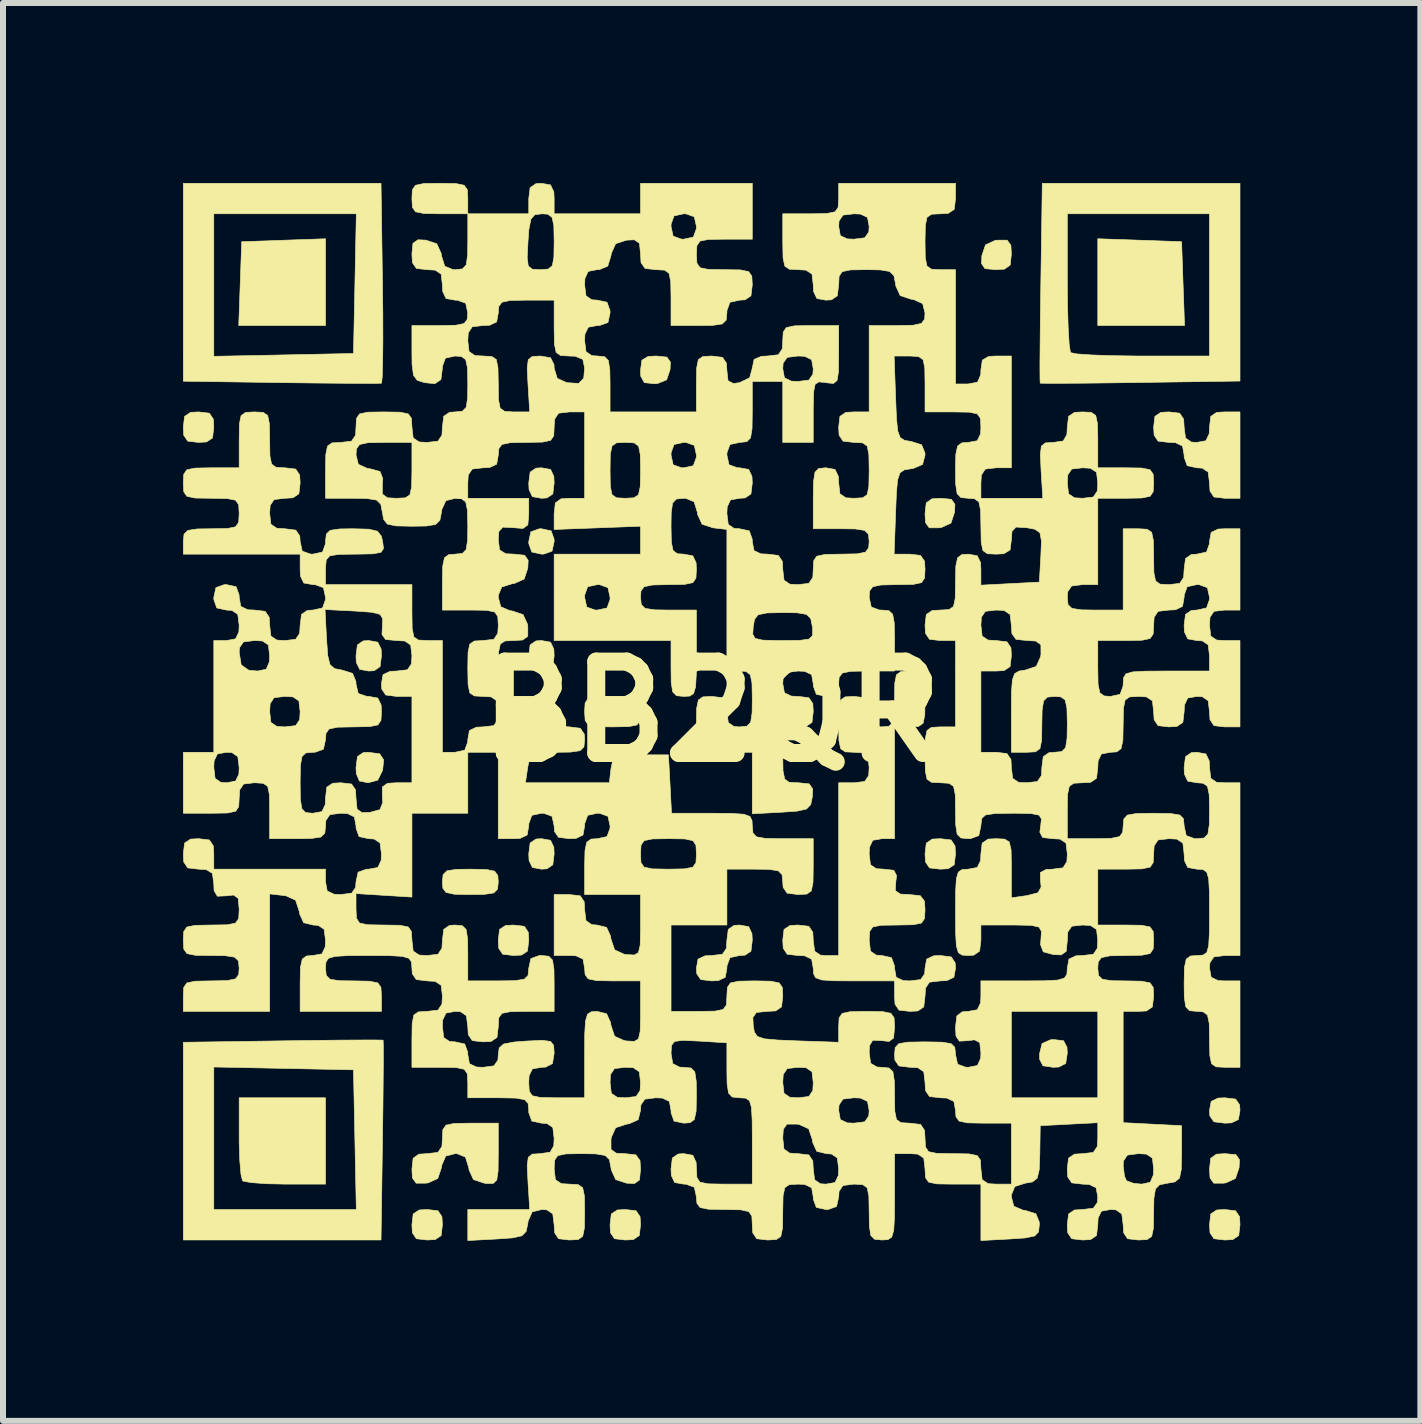
<source format=kicad_pcb>
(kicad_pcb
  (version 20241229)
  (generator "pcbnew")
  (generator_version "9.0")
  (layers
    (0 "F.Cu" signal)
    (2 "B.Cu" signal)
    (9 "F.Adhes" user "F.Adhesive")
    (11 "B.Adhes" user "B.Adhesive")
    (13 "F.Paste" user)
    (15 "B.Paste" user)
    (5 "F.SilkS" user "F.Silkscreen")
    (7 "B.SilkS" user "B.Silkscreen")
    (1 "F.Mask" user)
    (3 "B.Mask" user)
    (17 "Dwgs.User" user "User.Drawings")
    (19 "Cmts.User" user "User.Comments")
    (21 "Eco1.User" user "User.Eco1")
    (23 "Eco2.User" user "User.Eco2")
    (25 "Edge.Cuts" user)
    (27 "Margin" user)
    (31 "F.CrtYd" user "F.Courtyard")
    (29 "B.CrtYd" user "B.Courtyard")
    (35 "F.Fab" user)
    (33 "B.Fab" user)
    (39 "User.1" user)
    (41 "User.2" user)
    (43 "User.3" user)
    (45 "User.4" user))
  (footprint "BB2QR"
    (layer "F.Cu")
    (at 8.81 8.81)
    (property "Reference" "BB2QR" (at 0 0 0) (layer "F.SilkS") (effects (font (size 1.524 1.524) (thickness 0.3))))
    (attr through_hole)
    (fp_poly (pts (xy -6.435 -6.435) (xy -7.881 -6.435) (xy -7.832 -7.832) (xy -6.435 -7.881) (xy -6.435 -6.435)) (stroke (width 0.01) (type solid)) (fill yes) (layer "F.SilkS"))
    (fp_poly (pts (xy 7.832 -7.832) (xy 7.856 -7.133) (xy 7.881 -6.435) (xy 6.435 -6.435) (xy 6.435 -7.881) (xy 7.832 -7.832)) (stroke (width 0.01) (type solid)) (fill yes) (layer "F.SilkS"))
    (fp_poly (pts (xy -5.533 0.702) (xy -5.466 0.803) (xy -5.483 0.976) (xy -5.565 1.142) (xy -5.725 1.185) (xy -5.87 1.156) (xy -5.922 1.034) (xy -5.927 0.931) (xy -5.903 0.749) (xy -5.806 0.682) (xy -5.729 0.677) (xy -5.533 0.702)) (stroke (width 0.01) (type solid)) (fill yes) (layer "F.SilkS"))
    (fp_poly (pts (xy -8.371 -4.974) (xy -8.305 -4.875) (xy -8.297 -4.741) (xy -8.318 -4.561) (xy -8.417 -4.495) (xy -8.551 -4.487) (xy -8.731 -4.508) (xy -8.798 -4.607) (xy -8.805 -4.741) (xy -8.784 -4.921) (xy -8.685 -4.988) (xy -8.551 -4.995) (xy -8.371 -4.974)) (stroke (width 0.01) (type solid)) (fill yes) (layer "F.SilkS"))
    (fp_poly (pts (xy -6.435 7.874) (xy -7.098 7.874) (xy -7.418 7.867) (xy -7.67 7.849) (xy -7.807 7.824) (xy -7.818 7.818) (xy -7.844 7.712) (xy -7.864 7.481) (xy -7.874 7.172) (xy -7.874 7.098) (xy -7.874 6.435) (xy -6.435 6.435) (xy -6.435 7.874)) (stroke (width 0.01) (type solid)) (fill yes) (layer "F.SilkS"))
    (fp_poly (pts (xy -5.564 -1.158) (xy -5.508 -1.042) (xy -5.503 -0.931) (xy -5.526 -0.75) (xy -5.623 -0.683) (xy -5.715 -0.677) (xy -5.866 -0.705) (xy -5.922 -0.821) (xy -5.927 -0.931) (xy -5.904 -1.113) (xy -5.807 -1.179) (xy -5.715 -1.185) (xy -5.564 -1.158)) (stroke (width 0.01) (type solid)) (fill yes) (layer "F.SilkS"))
    (fp_poly (pts (xy -4.561 8.318) (xy -4.495 8.417) (xy -4.487 8.551) (xy -4.508 8.731) (xy -4.607 8.798) (xy -4.741 8.805) (xy -4.921 8.784) (xy -4.988 8.685) (xy -4.995 8.551) (xy -4.974 8.371) (xy -4.875 8.305) (xy -4.741 8.297) (xy -4.561 8.318)) (stroke (width 0.01) (type solid)) (fill yes) (layer "F.SilkS"))
    (fp_poly (pts (xy -3.122 3.577) (xy -3.056 3.676) (xy -3.048 3.81) (xy -3.069 3.99) (xy -3.168 4.056) (xy -3.302 4.064) (xy -3.482 4.043) (xy -3.548 3.944) (xy -3.556 3.81) (xy -3.535 3.63) (xy -3.436 3.564) (xy -3.302 3.556) (xy -3.122 3.577)) (stroke (width 0.01) (type solid)) (fill yes) (layer "F.SilkS"))
    (fp_poly (pts (xy -2.685 -4.037) (xy -2.63 -3.92) (xy -2.625 -3.81) (xy -2.647 -3.628) (xy -2.744 -3.562) (xy -2.836 -3.556) (xy -2.988 -3.583) (xy -3.043 -3.7) (xy -3.048 -3.81) (xy -3.025 -3.992) (xy -2.928 -4.058) (xy -2.836 -4.064) (xy -2.685 -4.037)) (stroke (width 0.01) (type solid)) (fill yes) (layer "F.SilkS"))
    (fp_poly (pts (xy -2.685 -1.158) (xy -2.63 -1.042) (xy -2.625 -0.931) (xy -2.647 -0.75) (xy -2.744 -0.683) (xy -2.836 -0.677) (xy -2.988 -0.705) (xy -3.043 -0.821) (xy -3.048 -0.931) (xy -3.025 -1.113) (xy -2.928 -1.179) (xy -2.836 -1.185) (xy -2.685 -1.158)) (stroke (width 0.01) (type solid)) (fill yes) (layer "F.SilkS"))
    (fp_poly (pts (xy -2.685 2.144) (xy -2.63 2.26) (xy -2.625 2.371) (xy -2.647 2.552) (xy -2.744 2.619) (xy -2.836 2.625) (xy -2.988 2.597) (xy -3.043 2.481) (xy -3.048 2.371) (xy -3.025 2.189) (xy -2.928 2.123) (xy -2.836 2.117) (xy -2.685 2.144)) (stroke (width 0.01) (type solid)) (fill yes) (layer "F.SilkS"))
    (fp_poly (pts (xy -2.675 -3.013) (xy -2.626 -2.875) (xy -2.625 -2.836) (xy -2.66 -2.675) (xy -2.797 -2.626) (xy -2.836 -2.625) (xy -2.997 -2.66) (xy -3.047 -2.797) (xy -3.048 -2.836) (xy -3.013 -2.997) (xy -2.875 -3.047) (xy -2.836 -3.048) (xy -2.675 -3.013)) (stroke (width 0.01) (type solid)) (fill yes) (layer "F.SilkS"))
    (fp_poly (pts (xy -1.259 8.318) (xy -1.193 8.417) (xy -1.185 8.551) (xy -1.206 8.731) (xy -1.305 8.798) (xy -1.439 8.805) (xy -1.619 8.784) (xy -1.686 8.685) (xy -1.693 8.551) (xy -1.672 8.371) (xy -1.573 8.305) (xy -1.439 8.297) (xy -1.259 8.318)) (stroke (width 0.01) (type solid)) (fill yes) (layer "F.SilkS"))
    (fp_poly (pts (xy -0.746 -5.909) (xy -0.687 -5.826) (xy -0.693 -5.701) (xy -0.75 -5.53) (xy -0.9 -5.469) (xy -0.953 -5.465) (xy -1.122 -5.483) (xy -1.181 -5.59) (xy -1.185 -5.691) (xy -1.163 -5.857) (xy -1.06 -5.919) (xy -0.926 -5.927) (xy -0.746 -5.909)) (stroke (width 0.01) (type solid)) (fill yes) (layer "F.SilkS"))
    (fp_poly (pts (xy 3.99 2.138) (xy 4.056 2.237) (xy 4.064 2.371) (xy 4.043 2.551) (xy 3.944 2.617) (xy 3.81 2.625) (xy 3.63 2.604) (xy 3.564 2.505) (xy 3.556 2.371) (xy 3.577 2.191) (xy 3.676 2.124) (xy 3.81 2.117) (xy 3.99 2.138)) (stroke (width 0.01) (type solid)) (fill yes) (layer "F.SilkS"))
    (fp_poly (pts (xy 3.995 -3.539) (xy 4.054 -3.455) (xy 4.048 -3.323) (xy 3.988 -3.142) (xy 3.828 -3.069) (xy 3.789 -3.064) (xy 3.626 -3.064) (xy 3.564 -3.151) (xy 3.556 -3.296) (xy 3.576 -3.479) (xy 3.671 -3.547) (xy 3.816 -3.556) (xy 3.995 -3.539)) (stroke (width 0.01) (type solid)) (fill yes) (layer "F.SilkS"))
    (fp_poly (pts (xy 4.925 -7.858) (xy 4.987 -7.771) (xy 4.995 -7.626) (xy 4.976 -7.443) (xy 4.881 -7.375) (xy 4.736 -7.366) (xy 4.556 -7.383) (xy 4.497 -7.467) (xy 4.503 -7.599) (xy 4.564 -7.78) (xy 4.724 -7.853) (xy 4.763 -7.858) (xy 4.925 -7.858)) (stroke (width 0.01) (type solid)) (fill yes) (layer "F.SilkS"))
    (fp_poly (pts (xy 5.865 5.484) (xy 5.922 5.594) (xy 5.927 5.691) (xy 5.901 5.863) (xy 5.787 5.922) (xy 5.691 5.927) (xy 5.521 5.902) (xy 5.466 5.794) (xy 5.465 5.701) (xy 5.507 5.53) (xy 5.645 5.469) (xy 5.701 5.465) (xy 5.865 5.484)) (stroke (width 0.01) (type solid)) (fill yes) (layer "F.SilkS"))
    (fp_poly (pts (xy 8.731 8.318) (xy 8.798 8.417) (xy 8.805 8.551) (xy 8.784 8.731) (xy 8.685 8.798) (xy 8.551 8.805) (xy 8.371 8.784) (xy 8.305 8.685) (xy 8.297 8.551) (xy 8.318 8.371) (xy 8.417 8.305) (xy 8.551 8.297) (xy 8.731 8.318)) (stroke (width 0.01) (type solid)) (fill yes) (layer "F.SilkS"))
    (fp_poly (pts (xy 8.733 6.457) (xy 8.799 6.554) (xy 8.805 6.646) (xy 8.778 6.798) (xy 8.662 6.853) (xy 8.551 6.858) (xy 8.37 6.835) (xy 8.303 6.738) (xy 8.297 6.646) (xy 8.325 6.495) (xy 8.441 6.44) (xy 8.551 6.435) (xy 8.733 6.457)) (stroke (width 0.01) (type solid)) (fill yes) (layer "F.SilkS"))
    (fp_poly (pts (xy 8.737 7.383) (xy 8.796 7.467) (xy 8.79 7.599) (xy 8.729 7.78) (xy 8.569 7.853) (xy 8.53 7.858) (xy 8.367 7.858) (xy 8.306 7.771) (xy 8.297 7.626) (xy 8.317 7.443) (xy 8.412 7.375) (xy 8.557 7.366) (xy 8.737 7.383)) (stroke (width 0.01) (type solid)) (fill yes) (layer "F.SilkS"))
    (fp_poly (pts (xy -4.53 -8.297) (xy -4.796 -8.302) (xy -4.934 -8.33) (xy -4.987 -8.404) (xy -4.995 -8.547) (xy -4.995 -8.551) (xy -4.988 -8.697) (xy -4.936 -8.772) (xy -4.8 -8.801) (xy -4.537 -8.805) (xy -4.53 -8.805) (xy -4.263 -8.801) (xy -4.125 -8.773) (xy -4.072 -8.699) (xy -4.064 -8.555) (xy -4.064 -8.297) (xy -4.53 -8.297)) (stroke (width 0.01) (type solid)) (fill yes) (layer "F.SilkS"))
    (fp_poly (pts (xy -3.755 2.63) (xy -3.616 2.659) (xy -3.564 2.731) (xy -3.556 2.836) (xy -3.568 2.958) (xy -3.632 3.021) (xy -3.789 3.045) (xy -4.022 3.048) (xy -4.288 3.043) (xy -4.427 3.013) (xy -4.48 2.942) (xy -4.487 2.836) (xy -4.475 2.715) (xy -4.411 2.652) (xy -4.254 2.628) (xy -4.022 2.625) (xy -3.755 2.63)) (stroke (width 0.01) (type solid)) (fill yes) (layer "F.SilkS"))
    (fp_poly (pts (xy -1.385 -0.25) (xy -1.246 -0.222) (xy -1.194 -0.147) (xy -1.185 -0.004) (xy -1.185 0) (xy -1.193 0.145) (xy -1.244 0.221) (xy -1.381 0.249) (xy -1.644 0.254) (xy -1.651 0.254) (xy -1.917 0.25) (xy -2.056 0.222) (xy -2.108 0.147) (xy -2.117 0.004) (xy -2.117 0) (xy -2.109 -0.145) (xy -2.058 -0.221) (xy -1.921 -0.249) (xy -1.658 -0.254) (xy -1.651 -0.254) (xy -1.385 -0.25)) (stroke (width 0.01) (type solid)) (fill yes) (layer "F.SilkS"))
    (fp_poly (pts (xy -5.583 5.472) (xy -5.477 5.474) (xy -5.475 5.475) (xy -5.472 5.56) (xy -5.471 5.788) (xy -5.474 6.134) (xy -5.478 6.571) (xy -5.485 7.074) (xy -5.486 7.147) (xy -5.51 8.805) (xy -8.805 8.805) (xy -8.805 8.297) (xy -8.297 8.297) (xy -5.922 8.297) (xy -5.969 5.969) (xy -7.133 5.945) (xy -8.297 5.922) (xy -8.297 8.297) (xy -8.805 8.297) (xy -8.805 5.51) (xy -7.147 5.486) (xy -6.637 5.479) (xy -6.189 5.474) (xy -5.829 5.472) (xy -5.583 5.472)) (stroke (width 0.01) (type solid)) (fill yes) (layer "F.SilkS"))
    (fp_poly (pts (xy 0.617 3.583) (xy 0.672 3.7) (xy 0.677 3.81) (xy 0.655 3.992) (xy 0.558 4.058) (xy 0.466 4.064) (xy 0.305 4.099) (xy 0.255 4.237) (xy 0.254 4.276) (xy 0.227 4.427) (xy 0.11 4.482) (xy 0 4.487) (xy -0.182 4.465) (xy -0.248 4.368) (xy -0.254 4.276) (xy -0.227 4.124) (xy -0.11 4.069) (xy 0 4.064) (xy 0.18 4.043) (xy 0.246 3.944) (xy 0.254 3.81) (xy 0.277 3.628) (xy 0.374 3.562) (xy 0.466 3.556) (xy 0.617 3.583)) (stroke (width 0.01) (type solid)) (fill yes) (layer "F.SilkS"))
    (fp_poly (pts (xy -5.486 -7.146) (xy -5.48 -6.636) (xy -5.479 -6.188) (xy -5.483 -5.828) (xy -5.49 -5.582) (xy -5.501 -5.476) (xy -5.503 -5.474) (xy -5.597 -5.471) (xy -5.834 -5.471) (xy -6.186 -5.473) (xy -6.628 -5.477) (xy -7.132 -5.483) (xy -7.176 -5.484) (xy -8.805 -5.507) (xy -8.805 -8.297) (xy -8.297 -8.297) (xy -8.297 -5.922) (xy -7.133 -5.945) (xy -5.969 -5.969) (xy -5.945 -7.133) (xy -5.922 -8.297) (xy -8.297 -8.297) (xy -8.805 -8.297) (xy -8.805 -8.805) (xy -5.51 -8.805) (xy -5.486 -7.146)) (stroke (width 0.01) (type solid)) (fill yes) (layer "F.SilkS"))
    (fp_poly (pts (xy -3.556 7.372) (xy -3.559 7.654) (xy -3.581 7.805) (xy -3.639 7.862) (xy -3.752 7.863) (xy -3.789 7.858) (xy -3.97 7.798) (xy -4.043 7.638) (xy -4.048 7.599) (xy -4.104 7.423) (xy -4.242 7.367) (xy -4.276 7.366) (xy -4.432 7.407) (xy -4.498 7.56) (xy -4.503 7.599) (xy -4.564 7.78) (xy -4.724 7.853) (xy -4.763 7.858) (xy -4.925 7.858) (xy -4.987 7.771) (xy -4.995 7.626) (xy -4.975 7.443) (xy -4.881 7.375) (xy -4.741 7.366) (xy -4.561 7.345) (xy -4.495 7.246) (xy -4.487 7.112) (xy -4.48 6.967) (xy -4.428 6.891) (xy -4.292 6.863) (xy -4.029 6.858) (xy -3.556 6.858) (xy -3.556 7.372)) (stroke (width 0.01) (type solid)) (fill yes) (layer "F.SilkS"))
    (fp_poly (pts (xy 8.805 -5.51) (xy 7.147 -5.486) (xy 6.637 -5.479) (xy 6.189 -5.474) (xy 5.829 -5.472) (xy 5.583 -5.472) (xy 5.477 -5.474) (xy 5.475 -5.475) (xy 5.472 -5.56) (xy 5.471 -5.788) (xy 5.474 -6.134) (xy 5.478 -6.571) (xy 5.485 -7.074) (xy 5.486 -7.147) (xy 5.503 -8.297) (xy 5.927 -8.297) (xy 5.927 -7.168) (xy 5.931 -6.747) (xy 5.942 -6.389) (xy 5.958 -6.126) (xy 5.978 -5.992) (xy 5.983 -5.983) (xy 6.084 -5.962) (xy 6.322 -5.945) (xy 6.662 -5.933) (xy 7.072 -5.927) (xy 7.168 -5.927) (xy 8.297 -5.927) (xy 8.297 -8.297) (xy 5.927 -8.297) (xy 5.503 -8.297) (xy 5.51 -8.805) (xy 8.805 -8.805) (xy 8.805 -5.51)) (stroke (width 0.01) (type solid)) (fill yes) (layer "F.SilkS"))
    (fp_poly (pts (xy 8.805 -3.556) (xy 8.551 -3.556) (xy 8.371 -3.577) (xy 8.305 -3.676) (xy 8.297 -3.81) (xy 8.275 -3.992) (xy 8.178 -4.058) (xy 8.086 -4.064) (xy 7.925 -4.099) (xy 7.875 -4.237) (xy 7.874 -4.276) (xy 7.847 -4.427) (xy 7.73 -4.482) (xy 7.62 -4.487) (xy 7.44 -4.508) (xy 7.374 -4.607) (xy 7.366 -4.741) (xy 7.387 -4.921) (xy 7.486 -4.988) (xy 7.62 -4.995) (xy 7.8 -4.974) (xy 7.866 -4.875) (xy 7.874 -4.741) (xy 7.897 -4.56) (xy 7.994 -4.493) (xy 8.086 -4.487) (xy 8.237 -4.515) (xy 8.292 -4.631) (xy 8.297 -4.741) (xy 8.318 -4.921) (xy 8.417 -4.988) (xy 8.551 -4.995) (xy 8.805 -4.995) (xy 8.805 -3.556)) (stroke (width 0.01) (type solid)) (fill yes) (layer "F.SilkS"))
    (fp_poly (pts (xy 3.447 -0.67) (xy 3.523 -0.618) (xy 3.551 -0.482) (xy 3.556 -0.219) (xy 3.556 -0.212) (xy 3.552 0.055) (xy 3.524 0.193) (xy 3.449 0.246) (xy 3.306 0.254) (xy 3.048 0.254) (xy 3.048 2.117) (xy 2.836 2.117) (xy 2.685 2.144) (xy 2.63 2.26) (xy 2.625 2.371) (xy 2.646 2.551) (xy 2.744 2.617) (xy 2.867 2.625) (xy 3.036 2.644) (xy 3.082 2.732) (xy 3.069 2.836) (xy 3.06 2.984) (xy 3.144 3.04) (xy 3.292 3.048) (xy 3.477 3.067) (xy 3.547 3.158) (xy 3.556 3.302) (xy 3.548 3.447) (xy 3.497 3.523) (xy 3.361 3.551) (xy 3.097 3.556) (xy 3.09 3.556) (xy 2.824 3.56) (xy 2.686 3.588) (xy 2.633 3.663) (xy 2.625 3.806) (xy 2.625 3.81) (xy 2.647 3.992) (xy 2.744 4.058) (xy 2.836 4.064) (xy 2.997 4.099) (xy 3.047 4.237) (xy 3.048 4.276) (xy 3.075 4.427) (xy 3.192 4.482) (xy 3.302 4.487) (xy 3.484 4.465) (xy 3.55 4.368) (xy 3.556 4.276) (xy 3.583 4.124) (xy 3.7 4.069) (xy 3.81 4.064) (xy 3.992 4.087) (xy 4.058 4.184) (xy 4.064 4.276) (xy 4.037 4.427) (xy 3.92 4.482) (xy 3.81 4.487) (xy 3.63 4.508) (xy 3.564 4.607) (xy 3.556 4.741) (xy 3.535 4.921) (xy 3.436 4.988) (xy 3.302 4.995) (xy 3.122 4.974) (xy 3.056 4.875) (xy 3.048 4.741) (xy 3.048 4.487) (xy 2.371 4.487) (xy 2.035 4.485) (xy 1.834 4.471) (xy 1.733 4.435) (xy 1.697 4.365) (xy 1.693 4.276) (xy 1.666 4.124) (xy 1.55 4.069) (xy 1.439 4.064) (xy 1.259 4.043) (xy 1.193 3.944) (xy 1.185 3.81) (xy 1.206 3.63) (xy 1.305 3.564) (xy 1.439 3.556) (xy 1.619 3.577) (xy 1.686 3.676) (xy 1.693 3.81) (xy 1.716 3.992) (xy 1.813 4.058) (xy 1.905 4.064) (xy 2.117 4.064) (xy 2.117 1.185) (xy 2.371 1.185) (xy 2.551 1.164) (xy 2.617 1.065) (xy 2.625 0.931) (xy 2.604 0.751) (xy 2.505 0.685) (xy 2.371 0.677) (xy 2.225 0.67) (xy 2.15 0.618) (xy 2.121 0.482) (xy 2.117 0.219) (xy 2.117 0.212) (xy 2.121 -0.055) (xy 2.149 -0.193) (xy 2.223 -0.246) (xy 2.367 -0.254) (xy 2.371 -0.254) (xy 2.551 -0.233) (xy 2.617 -0.134) (xy 2.625 0) (xy 2.647 0.182) (xy 2.744 0.248) (xy 2.836 0.254) (xy 2.958 0.242) (xy 3.021 0.178) (xy 3.045 0.021) (xy 3.048 -0.212) (xy 3.052 -0.478) (xy 3.08 -0.616) (xy 3.155 -0.669) (xy 3.298 -0.677) (xy 3.302 -0.677) (xy 3.447 -0.67)) (stroke (width 0.01) (type solid)) (fill yes) (layer "F.SilkS"))
    (fp_poly (pts (xy -3.048 -8.297) (xy -3.048 -8.551) (xy -3.025 -8.733) (xy -2.928 -8.799) (xy -2.836 -8.805) (xy -2.685 -8.778) (xy -2.63 -8.662) (xy -2.625 -8.551) (xy -2.625 -8.297) (xy -1.185 -8.297) (xy -1.185 -8.805) (xy 0.677 -8.805) (xy 0.677 -7.874) (xy 0.212 -7.874) (xy -0.055 -7.87) (xy -0.193 -7.842) (xy -0.246 -7.767) (xy -0.254 -7.624) (xy -0.254 -7.62) (xy -0.246 -7.475) (xy -0.195 -7.399) (xy -0.059 -7.371) (xy 0.205 -7.366) (xy 0.212 -7.366) (xy 0.478 -7.362) (xy 0.616 -7.334) (xy 0.669 -7.259) (xy 0.677 -7.116) (xy 0.677 -7.112) (xy 0.655 -6.93) (xy 0.558 -6.864) (xy 0.466 -6.858) (xy 0.305 -6.823) (xy 0.255 -6.685) (xy 0.254 -6.646) (xy 0.242 -6.525) (xy 0.178 -6.462) (xy 0.021 -6.438) (xy -0.212 -6.435) (xy -0.677 -6.435) (xy -0.677 -6.9) (xy -0.682 -7.167) (xy -0.71 -7.305) (xy -0.784 -7.358) (xy -0.927 -7.366) (xy -0.931 -7.366) (xy -1.11 -7.386) (xy -1.177 -7.483) (xy -1.185 -7.626) (xy -1.203 -7.805) (xy -1.287 -7.864) (xy -1.418 -7.858) (xy -1.6 -7.798) (xy -1.672 -7.638) (xy -1.678 -7.599) (xy -1.732 -7.424) (xy -1.87 -7.367) (xy -1.911 -7.366) (xy -2.058 -7.337) (xy -2.112 -7.218) (xy -2.117 -7.112) (xy -2.094 -6.93) (xy -1.997 -6.864) (xy -1.905 -6.858) (xy -1.744 -6.823) (xy -1.694 -6.685) (xy -1.693 -6.646) (xy -1.728 -6.485) (xy -1.866 -6.436) (xy -1.905 -6.435) (xy -2.056 -6.407) (xy -2.112 -6.291) (xy -2.117 -6.181) (xy -2.094 -5.999) (xy -1.997 -5.933) (xy -1.905 -5.927) (xy -1.784 -5.915) (xy -1.721 -5.851) (xy -1.697 -5.694) (xy -1.693 -5.461) (xy -1.693 -4.995) (xy -0.254 -4.995) (xy -0.254 -5.461) (xy -0.25 -5.727) (xy -0.222 -5.866) (xy -0.147 -5.918) (xy -0.004 -5.927) (xy 0 -5.927) (xy 0.18 -5.905) (xy 0.247 -5.807) (xy 0.254 -5.684) (xy 0.273 -5.515) (xy 0.362 -5.469) (xy 0.466 -5.483) (xy 0.633 -5.564) (xy 0.675 -5.715) (xy 1.185 -5.715) (xy 1.213 -5.564) (xy 1.329 -5.508) (xy 1.439 -5.503) (xy 1.621 -5.526) (xy 1.687 -5.623) (xy 1.693 -5.715) (xy 1.666 -5.866) (xy 1.55 -5.922) (xy 1.439 -5.927) (xy 1.258 -5.904) (xy 1.191 -5.807) (xy 1.185 -5.715) (xy 0.675 -5.715) (xy 0.677 -5.725) (xy 0.707 -5.87) (xy 0.829 -5.922) (xy 0.931 -5.927) (xy 1.111 -5.948) (xy 1.178 -6.047) (xy 1.185 -6.181) (xy 1.193 -6.326) (xy 1.244 -6.401) (xy 1.381 -6.43) (xy 1.644 -6.435) (xy 2.117 -6.435) (xy 2.117 -5.938) (xy 2.113 -5.662) (xy 2.09 -5.518) (xy 2.031 -5.47) (xy 1.918 -5.48) (xy 1.905 -5.483) (xy 1.789 -5.496) (xy 1.725 -5.457) (xy 1.699 -5.328) (xy 1.693 -5.072) (xy 1.693 -5.005) (xy 1.693 -4.487) (xy 1.185 -4.487) (xy 1.185 -5.503) (xy 0.677 -5.503) (xy 0.677 -4.995) (xy 0.673 -4.714) (xy 0.648 -4.562) (xy 0.587 -4.5) (xy 0.473 -4.487) (xy 0.466 -4.487) (xy 0.305 -4.452) (xy 0.255 -4.315) (xy 0.254 -4.276) (xy 0.289 -4.115) (xy 0.427 -4.065) (xy 0.466 -4.064) (xy 0.617 -4.037) (xy 0.672 -3.92) (xy 0.677 -3.81) (xy 0.655 -3.628) (xy 0.558 -3.562) (xy 0.466 -3.556) (xy 0.314 -3.529) (xy 0.259 -3.412) (xy 0.254 -3.302) (xy 0.277 -3.12) (xy 0.374 -3.054) (xy 0.466 -3.048) (xy 0.627 -3.013) (xy 0.676 -2.875) (xy 0.677 -2.836) (xy 0.705 -2.685) (xy 0.821 -2.63) (xy 0.931 -2.625) (xy 1.111 -2.604) (xy 1.178 -2.505) (xy 1.185 -2.371) (xy 1.206 -2.191) (xy 1.305 -2.124) (xy 1.439 -2.117) (xy 1.619 -2.138) (xy 1.686 -2.237) (xy 1.693 -2.371) (xy 1.701 -2.516) (xy 1.752 -2.591) (xy 1.889 -2.62) (xy 2.152 -2.625) (xy 2.159 -2.625) (xy 2.426 -2.63) (xy 2.565 -2.659) (xy 2.617 -2.731) (xy 2.625 -2.836) (xy 2.613 -2.958) (xy 2.549 -3.021) (xy 2.392 -3.045) (xy 2.159 -3.048) (xy 1.693 -3.048) (xy 1.693 -3.556) (xy 1.698 -3.838) (xy 1.722 -3.99) (xy 1.783 -4.052) (xy 1.898 -4.064) (xy 1.905 -4.064) (xy 2.056 -4.037) (xy 2.112 -3.92) (xy 2.117 -3.81) (xy 2.138 -3.63) (xy 2.237 -3.564) (xy 2.371 -3.556) (xy 2.516 -3.564) (xy 2.591 -3.615) (xy 2.62 -3.751) (xy 2.625 -4.015) (xy 2.625 -4.022) (xy 2.62 -4.288) (xy 2.592 -4.426) (xy 2.518 -4.479) (xy 2.375 -4.487) (xy 2.371 -4.487) (xy 2.191 -4.508) (xy 2.124 -4.607) (xy 2.117 -4.741) (xy 2.138 -4.921) (xy 2.237 -4.988) (xy 2.371 -4.995) (xy 2.625 -4.995) (xy 2.625 -6.435) (xy 3.09 -6.435) (xy 3.357 -6.44) (xy 3.496 -6.47) (xy 3.549 -6.541) (xy 3.556 -6.641) (xy 3.517 -6.8) (xy 3.369 -6.867) (xy 3.323 -6.874) (xy 3.142 -6.934) (xy 3.069 -7.094) (xy 3.064 -7.133) (xy 3.037 -7.267) (xy 2.967 -7.336) (xy 2.81 -7.362) (xy 2.577 -7.366) (xy 2.313 -7.362) (xy 2.176 -7.333) (xy 2.124 -7.257) (xy 2.117 -7.112) (xy 2.094 -6.93) (xy 1.997 -6.864) (xy 1.905 -6.858) (xy 1.754 -6.885) (xy 1.698 -7.002) (xy 1.693 -7.112) (xy 1.672 -7.292) (xy 1.573 -7.358) (xy 1.439 -7.366) (xy 1.294 -7.374) (xy 1.219 -7.425) (xy 1.19 -7.561) (xy 1.185 -7.825) (xy 1.185 -8.086) (xy 2.117 -8.086) (xy 2.144 -7.934) (xy 2.26 -7.879) (xy 2.371 -7.874) (xy 2.552 -7.897) (xy 2.619 -7.994) (xy 2.625 -8.086) (xy 2.597 -8.237) (xy 2.481 -8.292) (xy 2.371 -8.297) (xy 2.189 -8.275) (xy 2.123 -8.178) (xy 2.117 -8.086) (xy 1.185 -8.086) (xy 1.185 -8.297) (xy 1.651 -8.297) (xy 1.917 -8.302) (xy 2.056 -8.33) (xy 2.108 -8.404) (xy 2.117 -8.547) (xy 2.117 -8.551) (xy 2.117 -8.805) (xy 4.064 -8.805) (xy 4.064 -8.551) (xy 4.043 -8.371) (xy 3.944 -8.305) (xy 3.81 -8.297) (xy 3.665 -8.29) (xy 3.589 -8.238) (xy 3.561 -8.102) (xy 3.556 -7.839) (xy 3.556 -7.832) (xy 3.56 -7.565) (xy 3.588 -7.427) (xy 3.663 -7.374) (xy 3.806 -7.366) (xy 4.064 -7.366) (xy 4.064 -5.461) (xy 4.276 -5.461) (xy 4.432 -5.492) (xy 4.485 -5.618) (xy 4.487 -5.694) (xy 4.511 -5.859) (xy 4.617 -5.92) (xy 4.741 -5.927) (xy 4.995 -5.927) (xy 4.995 -4.064) (xy 4.741 -4.064) (xy 4.561 -4.043) (xy 4.495 -3.944) (xy 4.487 -3.81) (xy 4.487 -3.556) (xy 5.519 -3.556) (xy 5.503 -3.81) (xy 5.927 -3.81) (xy 5.948 -3.63) (xy 6.047 -3.564) (xy 6.181 -3.556) (xy 6.361 -3.577) (xy 6.427 -3.676) (xy 6.435 -3.81) (xy 6.414 -3.99) (xy 6.315 -4.056) (xy 6.181 -4.064) (xy 6.001 -4.043) (xy 5.934 -3.944) (xy 5.927 -3.81) (xy 5.503 -3.81) (xy 5.49 -4.022) (xy 5.478 -4.288) (xy 5.495 -4.426) (xy 5.561 -4.479) (xy 5.693 -4.487) (xy 5.694 -4.487) (xy 5.859 -4.511) (xy 5.92 -4.617) (xy 5.927 -4.741) (xy 5.948 -4.921) (xy 6.047 -4.988) (xy 6.181 -4.995) (xy 6.326 -4.988) (xy 6.401 -4.936) (xy 6.43 -4.8) (xy 6.435 -4.537) (xy 6.435 -4.064) (xy 6.9 -4.064) (xy 7.167 -4.06) (xy 7.305 -4.032) (xy 7.358 -3.957) (xy 7.366 -3.814) (xy 7.366 -3.81) (xy 7.358 -3.665) (xy 7.307 -3.589) (xy 7.171 -3.561) (xy 6.907 -3.556) (xy 6.435 -3.556) (xy 6.435 -2.117) (xy 6.181 -2.117) (xy 5.999 -2.094) (xy 5.933 -1.997) (xy 5.927 -1.905) (xy 5.939 -1.784) (xy 6.003 -1.721) (xy 6.16 -1.697) (xy 6.392 -1.693) (xy 6.858 -1.693) (xy 6.858 -3.048) (xy 7.112 -3.048) (xy 7.257 -3.04) (xy 7.333 -2.989) (xy 7.361 -2.853) (xy 7.366 -2.589) (xy 7.366 -2.582) (xy 7.37 -2.316) (xy 7.398 -2.178) (xy 7.473 -2.125) (xy 7.616 -2.117) (xy 7.62 -2.117) (xy 7.8 -2.138) (xy 7.866 -2.237) (xy 7.874 -2.371) (xy 7.897 -2.552) (xy 7.994 -2.619) (xy 8.086 -2.625) (xy 8.247 -2.66) (xy 8.296 -2.797) (xy 8.297 -2.836) (xy 8.325 -2.988) (xy 8.441 -3.043) (xy 8.551 -3.048) (xy 8.805 -3.048) (xy 8.805 -1.693) (xy 8.551 -1.693) (xy 8.371 -1.672) (xy 8.305 -1.573) (xy 8.297 -1.439) (xy 8.318 -1.259) (xy 8.417 -1.193) (xy 8.551 -1.185) (xy 8.805 -1.185) (xy 8.805 0.254) (xy 8.551 0.254) (xy 8.371 0.233) (xy 8.305 0.134) (xy 8.297 0) (xy 8.275 -0.182) (xy 8.178 -0.248) (xy 8.086 -0.254) (xy 7.934 -0.227) (xy 7.879 -0.11) (xy 7.874 0) (xy 7.853 0.18) (xy 7.754 0.246) (xy 7.62 0.254) (xy 7.44 0.233) (xy 7.374 0.134) (xy 7.366 0) (xy 7.345 -0.18) (xy 7.246 -0.246) (xy 7.112 -0.254) (xy 6.967 -0.246) (xy 6.891 -0.195) (xy 6.863 -0.059) (xy 6.858 0.205) (xy 6.858 0.212) (xy 6.853 0.478) (xy 6.823 0.617) (xy 6.752 0.67) (xy 6.646 0.677) (xy 6.495 0.705) (xy 6.44 0.821) (xy 6.435 0.931) (xy 6.414 1.111) (xy 6.315 1.178) (xy 6.181 1.185) (xy 6.035 1.193) (xy 5.96 1.244) (xy 5.931 1.381) (xy 5.927 1.644) (xy 5.927 2.117) (xy 6.392 2.117) (xy 6.659 2.111) (xy 6.798 2.082) (xy 6.85 2.011) (xy 6.858 1.905) (xy 6.869 1.788) (xy 6.928 1.724) (xy 7.074 1.698) (xy 7.348 1.693) (xy 7.366 1.693) (xy 7.648 1.698) (xy 7.8 1.722) (xy 7.862 1.783) (xy 7.874 1.898) (xy 7.874 1.905) (xy 7.909 2.066) (xy 8.047 2.116) (xy 8.086 2.117) (xy 8.207 2.105) (xy 8.27 2.041) (xy 8.294 1.884) (xy 8.297 1.651) (xy 8.292 1.384) (xy 8.263 1.245) (xy 8.191 1.193) (xy 8.086 1.185) (xy 7.934 1.158) (xy 7.879 1.042) (xy 7.874 0.931) (xy 7.897 0.75) (xy 7.994 0.683) (xy 8.086 0.677) (xy 8.237 0.705) (xy 8.292 0.821) (xy 8.297 0.931) (xy 8.318 1.111) (xy 8.417 1.178) (xy 8.551 1.185) (xy 8.805 1.185) (xy 8.805 4.064) (xy 8.551 4.064) (xy 8.37 4.087) (xy 8.303 4.184) (xy 8.297 4.276) (xy 8.325 4.427) (xy 8.441 4.482) (xy 8.551 4.487) (xy 8.805 4.487) (xy 8.805 5.927) (xy 8.551 5.927) (xy 8.406 5.919) (xy 8.331 5.868) (xy 8.302 5.731) (xy 8.297 5.468) (xy 8.297 5.461) (xy 8.292 5.194) (xy 8.263 5.055) (xy 8.191 5.003) (xy 8.086 4.995) (xy 7.964 4.983) (xy 7.901 4.919) (xy 7.877 4.762) (xy 7.874 4.53) (xy 7.879 4.263) (xy 7.909 4.124) (xy 7.98 4.072) (xy 8.086 4.064) (xy 8.188 4.057) (xy 8.251 4.015) (xy 8.283 3.904) (xy 8.295 3.69) (xy 8.297 3.344) (xy 8.295 2.996) (xy 8.283 2.783) (xy 8.25 2.673) (xy 8.187 2.631) (xy 8.086 2.625) (xy 7.934 2.597) (xy 7.879 2.481) (xy 7.874 2.371) (xy 7.853 2.191) (xy 7.754 2.124) (xy 7.62 2.117) (xy 7.44 2.138) (xy 7.374 2.237) (xy 7.366 2.371) (xy 7.358 2.516) (xy 7.307 2.591) (xy 7.171 2.62) (xy 6.907 2.625) (xy 6.435 2.625) (xy 6.435 3.556) (xy 6.9 3.556) (xy 7.167 3.56) (xy 7.305 3.588) (xy 7.358 3.663) (xy 7.366 3.806) (xy 7.366 3.81) (xy 7.358 3.955) (xy 7.307 4.031) (xy 7.171 4.059) (xy 6.907 4.064) (xy 6.9 4.064) (xy 6.634 4.069) (xy 6.495 4.099) (xy 6.442 4.17) (xy 6.435 4.276) (xy 6.447 4.397) (xy 6.511 4.46) (xy 6.668 4.484) (xy 6.9 4.487) (xy 7.167 4.492) (xy 7.305 4.52) (xy 7.358 4.594) (xy 7.366 4.737) (xy 7.366 4.741) (xy 7.345 4.921) (xy 7.246 4.988) (xy 7.112 4.995) (xy 6.858 4.995) (xy 6.858 6.85) (xy 7.345 6.875) (xy 7.832 6.9) (xy 7.832 7.366) (xy 7.826 7.633) (xy 7.796 7.776) (xy 7.719 7.837) (xy 7.599 7.858) (xy 7.465 7.885) (xy 7.396 7.955) (xy 7.37 8.112) (xy 7.366 8.345) (xy 7.362 8.609) (xy 7.333 8.746) (xy 7.257 8.798) (xy 7.112 8.805) (xy 6.932 8.784) (xy 6.866 8.685) (xy 6.858 8.551) (xy 6.835 8.37) (xy 6.738 8.303) (xy 6.646 8.297) (xy 6.495 8.325) (xy 6.44 8.441) (xy 6.435 8.551) (xy 6.414 8.731) (xy 6.315 8.798) (xy 6.181 8.805) (xy 6.001 8.784) (xy 5.934 8.685) (xy 5.927 8.551) (xy 5.948 8.371) (xy 6.047 8.305) (xy 6.181 8.297) (xy 6.362 8.275) (xy 6.429 8.178) (xy 6.435 8.086) (xy 6.407 7.934) (xy 6.291 7.879) (xy 6.181 7.874) (xy 6.001 7.853) (xy 5.934 7.754) (xy 5.927 7.62) (xy 5.933 7.564) (xy 6.858 7.564) (xy 6.88 7.741) (xy 6.914 7.818) (xy 7.036 7.862) (xy 7.168 7.874) (xy 7.31 7.843) (xy 7.362 7.719) (xy 7.366 7.62) (xy 7.345 7.44) (xy 7.246 7.374) (xy 7.112 7.366) (xy 6.929 7.39) (xy 6.863 7.487) (xy 6.858 7.564) (xy 5.933 7.564) (xy 5.948 7.44) (xy 6.047 7.374) (xy 6.181 7.366) (xy 6.36 7.346) (xy 6.426 7.248) (xy 6.435 7.108) (xy 6.435 6.85) (xy 5.956 6.875) (xy 5.476 6.9) (xy 5.469 7.366) (xy 5.459 7.634) (xy 5.425 7.776) (xy 5.347 7.837) (xy 5.228 7.858) (xy 5.052 7.914) (xy 4.996 8.052) (xy 4.995 8.086) (xy 5.036 8.242) (xy 5.189 8.308) (xy 5.228 8.313) (xy 5.403 8.367) (xy 5.459 8.504) (xy 5.461 8.551) (xy 5.448 8.671) (xy 5.383 8.738) (xy 5.224 8.771) (xy 4.974 8.788) (xy 4.487 8.814) (xy 4.487 7.874) (xy 4.022 7.874) (xy 3.755 7.87) (xy 3.617 7.842) (xy 3.564 7.767) (xy 3.556 7.624) (xy 3.556 7.62) (xy 3.535 7.44) (xy 3.436 7.374) (xy 3.302 7.366) (xy 3.048 7.366) (xy 3.048 8.086) (xy 3.046 8.434) (xy 3.034 8.647) (xy 3.001 8.757) (xy 2.938 8.799) (xy 2.836 8.805) (xy 2.715 8.793) (xy 2.652 8.729) (xy 2.628 8.572) (xy 2.625 8.34) (xy 2.62 8.073) (xy 2.592 7.935) (xy 2.518 7.882) (xy 2.375 7.874) (xy 2.371 7.874) (xy 2.189 7.897) (xy 2.123 7.994) (xy 2.117 8.086) (xy 2.082 8.247) (xy 1.944 8.296) (xy 1.905 8.297) (xy 1.744 8.262) (xy 1.694 8.125) (xy 1.693 8.086) (xy 1.666 7.934) (xy 1.55 7.879) (xy 1.439 7.874) (xy 1.294 7.882) (xy 1.219 7.933) (xy 1.19 8.069) (xy 1.185 8.333) (xy 1.185 8.34) (xy 1.181 8.606) (xy 1.153 8.744) (xy 1.079 8.797) (xy 0.935 8.805) (xy 0.931 8.805) (xy 0.751 8.784) (xy 0.685 8.685) (xy 0.677 8.551) (xy 0.67 8.406) (xy 0.618 8.331) (xy 0.482 8.302) (xy 0.219 8.297) (xy 0.212 8.297) (xy -0.055 8.292) (xy -0.194 8.263) (xy -0.246 8.191) (xy -0.254 8.086) (xy -0.289 7.925) (xy -0.427 7.875) (xy -0.466 7.874) (xy -0.617 7.847) (xy -0.672 7.73) (xy -0.677 7.62) (xy -0.655 7.438) (xy -0.558 7.372) (xy -0.466 7.366) (xy -0.314 7.393) (xy -0.259 7.51) (xy -0.254 7.62) (xy -0.246 7.765) (xy -0.195 7.841) (xy -0.059 7.869) (xy 0.205 7.874) (xy 0.677 7.874) (xy 0.677 7.154) (xy 0.677 7.106) (xy 1.185 7.106) (xy 1.205 7.289) (xy 1.3 7.357) (xy 1.439 7.366) (xy 1.619 7.387) (xy 1.686 7.486) (xy 1.693 7.62) (xy 1.716 7.802) (xy 1.813 7.868) (xy 1.905 7.874) (xy 2.056 7.847) (xy 2.112 7.73) (xy 2.117 7.62) (xy 2.094 7.438) (xy 1.997 7.372) (xy 1.911 7.366) (xy 1.751 7.327) (xy 1.684 7.179) (xy 1.678 7.133) (xy 1.617 6.952) (xy 1.457 6.879) (xy 1.418 6.874) (xy 1.255 6.874) (xy 1.194 6.961) (xy 1.185 7.106) (xy 0.677 7.106) (xy 0.675 6.806) (xy 0.666 6.646) (xy 2.117 6.646) (xy 2.144 6.798) (xy 2.26 6.853) (xy 2.371 6.858) (xy 2.552 6.835) (xy 2.619 6.738) (xy 2.625 6.646) (xy 2.597 6.495) (xy 2.481 6.44) (xy 2.371 6.435) (xy 2.189 6.457) (xy 2.123 6.554) (xy 2.117 6.646) (xy 0.666 6.646) (xy 0.663 6.593) (xy 0.63 6.483) (xy 0.567 6.441) (xy 0.466 6.435) (xy 0.344 6.422) (xy 0.281 6.357) (xy 0.257 6.198) (xy 0.257 6.181) (xy 1.185 6.181) (xy 1.206 6.361) (xy 1.305 6.427) (xy 1.439 6.435) (xy 1.619 6.414) (xy 1.686 6.315) (xy 1.693 6.181) (xy 1.672 6.001) (xy 1.573 5.934) (xy 1.439 5.927) (xy 1.259 5.948) (xy 1.193 6.047) (xy 1.185 6.181) (xy 0.257 6.181) (xy 0.254 5.977) (xy 0.254 5.519) (xy -0.212 5.49) (xy -0.478 5.478) (xy -0.616 5.495) (xy -0.669 5.561) (xy -0.677 5.693) (xy -0.677 5.694) (xy -0.649 5.865) (xy -0.534 5.924) (xy -0.466 5.927) (xy -0.344 5.939) (xy -0.281 6.003) (xy -0.257 6.16) (xy -0.254 6.392) (xy -0.259 6.659) (xy -0.289 6.798) (xy -0.36 6.85) (xy -0.466 6.858) (xy -0.627 6.823) (xy -0.676 6.685) (xy -0.677 6.646) (xy -0.705 6.495) (xy -0.821 6.44) (xy -0.931 6.435) (xy -1.113 6.458) (xy -1.18 6.555) (xy -1.185 6.641) (xy -1.224 6.8) (xy -1.372 6.867) (xy -1.418 6.874) (xy -1.6 6.934) (xy -1.672 7.094) (xy -1.678 7.133) (xy -1.677 7.296) (xy -1.591 7.358) (xy -1.445 7.366) (xy -1.263 7.386) (xy -1.194 7.481) (xy -1.185 7.626) (xy -1.203 7.805) (xy -1.287 7.864) (xy -1.418 7.858) (xy -1.6 7.798) (xy -1.672 7.638) (xy -1.678 7.599) (xy -1.704 7.465) (xy -1.774 7.396) (xy -1.932 7.37) (xy -2.165 7.366) (xy -2.429 7.37) (xy -2.566 7.399) (xy -2.617 7.475) (xy -2.625 7.62) (xy -2.604 7.8) (xy -2.505 7.866) (xy -2.371 7.874) (xy -2.225 7.882) (xy -2.15 7.933) (xy -2.121 8.069) (xy -2.117 8.333) (xy -2.117 8.34) (xy -2.121 8.606) (xy -2.149 8.744) (xy -2.223 8.797) (xy -2.367 8.805) (xy -2.371 8.805) (xy -2.551 8.784) (xy -2.617 8.685) (xy -2.625 8.551) (xy -2.648 8.369) (xy -2.745 8.303) (xy -2.831 8.297) (xy -2.99 8.336) (xy -3.057 8.484) (xy -3.064 8.53) (xy -3.091 8.662) (xy -3.161 8.735) (xy -3.319 8.77) (xy -3.577 8.788) (xy -4.064 8.814) (xy -4.064 8.297) (xy -3.032 8.297) (xy -3.061 7.832) (xy -3.074 7.566) (xy -3.056 7.427) (xy -2.991 7.374) (xy -2.858 7.366) (xy -2.857 7.366) (xy -2.692 7.342) (xy -2.631 7.236) (xy -2.625 7.112) (xy -2.647 6.93) (xy -2.744 6.864) (xy -2.836 6.858) (xy -2.997 6.823) (xy -3.047 6.685) (xy -3.048 6.646) (xy -3.059 6.529) (xy -3.118 6.466) (xy -3.264 6.44) (xy -3.538 6.435) (xy -3.556 6.435) (xy -4.064 6.435) (xy -4.064 6.181) (xy -4.072 6.035) (xy -4.123 5.96) (xy -4.259 5.931) (xy -4.523 5.927) (xy -4.995 5.927) (xy -4.995 5.461) (xy -4.991 5.195) (xy -4.963 5.056) (xy -4.889 5.004) (xy -4.745 4.995) (xy -4.741 4.995) (xy -4.561 4.974) (xy -4.495 4.875) (xy -4.487 4.741) (xy -4.508 4.561) (xy -4.607 4.495) (xy -4.741 4.487) (xy -4.923 4.465) (xy -4.989 4.368) (xy -4.995 4.276) (xy -5.002 4.173) (xy -5.044 4.111) (xy -5.155 4.078) (xy -5.369 4.066) (xy -5.715 4.064) (xy -6.063 4.066) (xy -6.276 4.078) (xy -6.387 4.111) (xy -6.428 4.174) (xy -6.435 4.276) (xy -6.423 4.397) (xy -6.359 4.46) (xy -6.202 4.484) (xy -5.969 4.487) (xy -5.703 4.492) (xy -5.564 4.52) (xy -5.512 4.594) (xy -5.503 4.737) (xy -5.503 4.741) (xy -5.503 4.995) (xy -6.858 4.995) (xy -6.858 4.53) (xy -6.853 4.263) (xy -6.823 4.124) (xy -6.752 4.072) (xy -6.646 4.064) (xy -6.495 4.037) (xy -6.44 3.92) (xy -6.435 3.81) (xy -6.458 3.628) (xy -6.555 3.562) (xy -6.641 3.556) (xy -6.8 3.517) (xy -6.867 3.369) (xy -6.874 3.323) (xy -6.934 3.142) (xy -7.094 3.069) (xy -7.133 3.064) (xy -7.366 3.037) (xy -7.366 4.995) (xy -8.805 4.995) (xy -8.805 4.741) (xy -8.798 4.596) (xy -8.746 4.521) (xy -8.61 4.492) (xy -8.347 4.487) (xy -8.34 4.487) (xy -8.073 4.482) (xy -7.934 4.453) (xy -7.882 4.381) (xy -7.874 4.276) (xy -7.886 4.154) (xy -7.95 4.091) (xy -8.107 4.067) (xy -8.34 4.064) (xy -8.606 4.06) (xy -8.744 4.032) (xy -8.797 3.957) (xy -8.805 3.814) (xy -8.805 3.81) (xy -8.798 3.665) (xy -8.746 3.589) (xy -8.61 3.561) (xy -8.347 3.556) (xy -8.34 3.556) (xy -8.073 3.552) (xy -7.935 3.524) (xy -7.882 3.449) (xy -7.874 3.303) (xy -7.874 3.292) (xy -7.89 3.112) (xy -7.965 3.056) (xy -8.086 3.069) (xy -8.237 3.076) (xy -8.292 2.985) (xy -8.297 2.867) (xy -8.32 2.695) (xy -8.423 2.632) (xy -8.551 2.625) (xy -8.731 2.604) (xy -8.798 2.505) (xy -8.805 2.371) (xy -8.784 2.191) (xy -8.685 2.124) (xy -8.551 2.117) (xy -8.371 2.138) (xy -8.305 2.237) (xy -8.297 2.371) (xy -8.297 2.625) (xy -6.435 2.625) (xy -6.435 2.836) (xy -6.407 2.988) (xy -6.291 3.043) (xy -6.181 3.048) (xy -6.056 3.032) (xy -5.927 3.032) (xy -5.927 3.294) (xy -5.919 3.444) (xy -5.87 3.522) (xy -5.736 3.551) (xy -5.477 3.556) (xy -5.461 3.556) (xy -5.195 3.56) (xy -5.056 3.588) (xy -5.004 3.663) (xy -4.995 3.806) (xy -4.995 3.81) (xy -4.974 3.99) (xy -4.875 4.056) (xy -4.741 4.064) (xy -4.561 4.043) (xy -4.495 3.944) (xy -4.487 3.81) (xy -4.465 3.628) (xy -4.368 3.562) (xy -4.276 3.556) (xy -4.154 3.568) (xy -4.091 3.632) (xy -4.067 3.789) (xy -4.064 4.022) (xy -4.064 4.487) (xy -3.556 4.487) (xy -3.274 4.483) (xy -3.122 4.458) (xy -3.06 4.397) (xy -3.048 4.283) (xy -3.048 4.276) (xy -3.013 4.115) (xy -2.875 4.065) (xy -2.836 4.064) (xy -2.715 4.076) (xy -2.652 4.14) (xy -2.628 4.297) (xy -2.625 4.53) (xy -2.625 4.995) (xy -3.09 4.995) (xy -3.357 5) (xy -3.495 5.028) (xy -3.548 5.102) (xy -3.556 5.245) (xy -3.556 5.249) (xy -3.577 5.429) (xy -3.676 5.496) (xy -3.81 5.503) (xy -3.99 5.482) (xy -4.056 5.383) (xy -4.064 5.249) (xy -4.087 5.068) (xy -4.184 5.001) (xy -4.276 4.995) (xy -4.427 5.023) (xy -4.482 5.139) (xy -4.487 5.249) (xy -4.465 5.431) (xy -4.368 5.497) (xy -4.276 5.503) (xy -4.115 5.538) (xy -4.065 5.676) (xy -4.064 5.715) (xy -4.037 5.866) (xy -3.92 5.922) (xy -3.81 5.927) (xy -3.628 5.903) (xy -3.562 5.807) (xy -3.556 5.723) (xy -3.541 5.605) (xy -3.468 5.539) (xy -3.296 5.506) (xy -3.09 5.49) (xy -2.824 5.478) (xy -2.686 5.495) (xy -2.633 5.561) (xy -2.625 5.693) (xy -2.625 5.694) (xy -2.653 5.865) (xy -2.768 5.924) (xy -2.836 5.927) (xy -2.988 5.954) (xy -3.043 6.07) (xy -3.048 6.181) (xy -3.04 6.326) (xy -2.989 6.401) (xy -2.853 6.43) (xy -2.589 6.435) (xy -2.117 6.435) (xy -2.117 6.181) (xy -1.693 6.181) (xy -1.672 6.361) (xy -1.573 6.427) (xy -1.439 6.435) (xy -1.259 6.414) (xy -1.193 6.315) (xy -1.185 6.181) (xy -1.206 6.001) (xy -1.305 5.934) (xy -1.439 5.927) (xy -1.619 5.948) (xy -1.686 6.047) (xy -1.693 6.181) (xy -2.117 6.181) (xy -2.117 5.715) (xy -2.115 5.366) (xy -2.102 5.154) (xy -2.069 5.043) (xy -2.007 5.002) (xy -1.911 4.995) (xy -1.751 5.034) (xy -1.684 5.182) (xy -1.678 5.228) (xy -1.617 5.41) (xy -1.457 5.482) (xy -1.418 5.488) (xy -1.29 5.495) (xy -1.22 5.455) (xy -1.191 5.33) (xy -1.185 5.083) (xy -1.185 5.001) (xy -1.185 4.487) (xy -1.651 4.487) (xy -1.918 4.482) (xy -2.057 4.453) (xy -2.109 4.381) (xy -2.117 4.276) (xy -2.144 4.124) (xy -2.26 4.069) (xy -2.371 4.064) (xy -2.625 4.064) (xy -2.625 3.048) (xy -2.371 3.048) (xy -2.191 3.069) (xy -2.124 3.168) (xy -2.117 3.302) (xy -2.094 3.484) (xy -1.997 3.55) (xy -1.911 3.556) (xy -1.751 3.595) (xy -1.684 3.743) (xy -1.678 3.789) (xy -1.617 3.97) (xy -1.457 4.043) (xy -1.418 4.048) (xy -1.29 4.056) (xy -1.22 4.016) (xy -1.191 3.891) (xy -1.185 3.643) (xy -1.185 3.562) (xy -1.185 3.048) (xy -2.117 3.048) (xy -2.117 2.582) (xy -2.112 2.367) (xy -1.185 2.367) (xy -1.185 2.371) (xy -1.178 2.516) (xy -1.126 2.591) (xy -0.99 2.62) (xy -0.727 2.625) (xy -0.72 2.625) (xy -0.453 2.62) (xy -0.315 2.592) (xy -0.262 2.518) (xy -0.254 2.375) (xy -0.254 2.371) (xy -0.262 2.225) (xy -0.313 2.15) (xy -0.449 2.121) (xy -0.713 2.117) (xy -0.72 2.117) (xy -0.986 2.121) (xy -1.124 2.149) (xy -1.177 2.223) (xy -1.185 2.367) (xy -2.112 2.367) (xy -2.111 2.316) (xy -2.082 2.177) (xy -2.011 2.124) (xy -1.905 2.117) (xy -1.744 2.082) (xy -1.694 1.944) (xy -1.693 1.905) (xy -1.728 1.744) (xy -1.866 1.694) (xy -1.905 1.693) (xy -2.066 1.728) (xy -2.116 1.866) (xy -2.117 1.905) (xy -2.144 2.056) (xy -2.26 2.112) (xy -2.371 2.117) (xy -2.552 2.094) (xy -2.619 1.997) (xy -2.625 1.905) (xy -2.66 1.744) (xy -2.797 1.694) (xy -2.836 1.693) (xy -2.997 1.728) (xy -3.047 1.866) (xy -3.048 1.905) (xy -3.075 2.056) (xy -3.192 2.112) (xy -3.302 2.117) (xy -3.556 2.117) (xy -3.556 0.677) (xy -4.064 0.677) (xy -4.064 1.693) (xy -4.995 1.693) (xy -4.995 2.392) (xy -4.995 3.09) (xy -5.927 3.032) (xy -6.056 3.032) (xy -5.999 3.025) (xy -5.933 2.928) (xy -5.927 2.836) (xy -5.892 2.675) (xy -5.754 2.626) (xy -5.715 2.625) (xy -5.564 2.597) (xy -5.508 2.481) (xy -5.503 2.371) (xy -5.526 2.189) (xy -5.623 2.123) (xy -5.715 2.117) (xy -5.876 2.082) (xy -5.926 1.944) (xy -5.927 1.905) (xy -5.954 1.754) (xy -6.07 1.698) (xy -6.181 1.693) (xy -6.362 1.716) (xy -6.429 1.813) (xy -6.435 1.905) (xy -6.447 2.026) (xy -6.511 2.089) (xy -6.668 2.113) (xy -6.9 2.117) (xy -7.366 2.117) (xy -7.366 1.651) (xy -7.37 1.385) (xy -7.398 1.246) (xy -7.473 1.194) (xy -7.616 1.185) (xy -6.858 1.185) (xy -6.854 1.467) (xy -6.829 1.619) (xy -6.768 1.681) (xy -6.654 1.693) (xy -6.646 1.693) (xy -6.495 1.666) (xy -6.44 1.55) (xy -6.435 1.439) (xy -6.414 1.259) (xy -6.315 1.193) (xy -6.181 1.185) (xy -6.002 1.206) (xy -5.935 1.302) (xy -5.927 1.445) (xy -5.909 1.625) (xy -5.825 1.684) (xy -5.694 1.678) (xy -5.527 1.633) (xy -5.481 1.513) (xy -5.488 1.418) (xy -5.488 1.255) (xy -5.402 1.194) (xy -5.255 1.185) (xy -4.995 1.185) (xy -4.995 -0.254) (xy -5.249 -0.254) (xy -5.431 -0.277) (xy -5.497 -0.374) (xy -5.503 -0.466) (xy -5.476 -0.617) (xy -5.36 -0.672) (xy -5.249 -0.677) (xy -5.069 -0.698) (xy -5.003 -0.797) (xy -4.995 -0.931) (xy -5.016 -1.11) (xy -5.112 -1.177) (xy -5.255 -1.185) (xy -5.435 -1.203) (xy -5.494 -1.286) (xy -5.488 -1.418) (xy -5.482 -1.549) (xy -5.526 -1.621) (xy -5.66 -1.656) (xy -5.922 -1.675) (xy -5.952 -1.677) (xy -6.443 -1.702) (xy -6.418 -1.211) (xy -6.398 -0.934) (xy -6.361 -0.784) (xy -6.285 -0.717) (xy -6.16 -0.693) (xy -5.984 -0.638) (xy -5.928 -0.501) (xy -5.927 -0.46) (xy -5.89 -0.303) (xy -5.749 -0.255) (xy -5.715 -0.254) (xy -5.564 -0.227) (xy -5.508 -0.11) (xy -5.503 0) (xy -5.511 0.145) (xy -5.562 0.221) (xy -5.699 0.249) (xy -5.962 0.254) (xy -5.969 0.254) (xy -6.236 0.259) (xy -6.375 0.289) (xy -6.427 0.36) (xy -6.435 0.466) (xy -6.47 0.627) (xy -6.607 0.676) (xy -6.646 0.677) (xy -6.764 0.688) (xy -6.827 0.747) (xy -6.853 0.893) (xy -6.858 1.168) (xy -6.858 1.185) (xy -7.616 1.185) (xy -7.62 1.185) (xy -7.8 1.206) (xy -7.866 1.305) (xy -7.874 1.439) (xy -7.882 1.585) (xy -7.933 1.66) (xy -8.069 1.689) (xy -8.333 1.693) (xy -8.34 1.693) (xy -8.805 1.693) (xy -8.805 0.931) (xy -8.297 0.931) (xy -8.275 1.113) (xy -8.178 1.179) (xy -8.086 1.185) (xy -7.934 1.158) (xy -7.879 1.042) (xy -7.874 0.931) (xy -7.897 0.75) (xy -7.994 0.683) (xy -8.086 0.677) (xy -8.237 0.705) (xy -8.292 0.821) (xy -8.297 0.931) (xy -8.805 0.931) (xy -8.805 0.677) (xy -8.297 0.677) (xy -8.297 0) (xy -7.366 0) (xy -7.345 0.18) (xy -7.246 0.246) (xy -7.112 0.254) (xy -6.932 0.233) (xy -6.866 0.134) (xy -6.858 0) (xy -6.879 -0.18) (xy -6.978 -0.246) (xy -7.112 -0.254) (xy -7.292 -0.233) (xy -7.358 -0.134) (xy -7.366 0) (xy -8.297 0) (xy -8.297 -0.988) (xy -7.874 -0.988) (xy -7.84 -0.779) (xy -7.713 -0.69) (xy -7.564 -0.677) (xy -7.422 -0.708) (xy -7.37 -0.832) (xy -7.366 -0.931) (xy -7.387 -1.111) (xy -7.486 -1.178) (xy -7.62 -1.185) (xy -7.803 -1.162) (xy -7.869 -1.065) (xy -7.874 -0.988) (xy -8.297 -0.988) (xy -8.297 -1.185) (xy -8.086 -1.185) (xy -7.934 -1.213) (xy -7.879 -1.329) (xy -7.874 -1.439) (xy -7.897 -1.621) (xy -7.994 -1.687) (xy -8.086 -1.693) (xy -8.247 -1.728) (xy -8.296 -1.866) (xy -8.297 -1.905) (xy -8.262 -2.066) (xy -8.125 -2.116) (xy -8.086 -2.117) (xy -7.925 -2.082) (xy -7.875 -1.944) (xy -7.874 -1.905) (xy -7.847 -1.754) (xy -7.73 -1.698) (xy -7.62 -1.693) (xy -7.44 -1.672) (xy -7.374 -1.573) (xy -7.366 -1.439) (xy -7.345 -1.259) (xy -7.246 -1.193) (xy -7.112 -1.185) (xy -6.932 -1.206) (xy -6.866 -1.305) (xy -6.858 -1.439) (xy -6.835 -1.621) (xy -6.738 -1.687) (xy -6.646 -1.693) (xy -6.485 -1.728) (xy -6.436 -1.866) (xy -6.435 -1.905) (xy -6.47 -2.066) (xy -6.607 -2.116) (xy -6.646 -2.117) (xy -6.798 -2.144) (xy -6.853 -2.26) (xy -6.858 -2.371) (xy -6.858 -2.625) (xy -8.805 -2.625) (xy -8.805 -2.836) (xy -8.793 -2.958) (xy -8.729 -3.021) (xy -8.572 -3.045) (xy -8.34 -3.048) (xy -8.073 -3.052) (xy -7.935 -3.08) (xy -7.882 -3.155) (xy -7.874 -3.298) (xy -7.874 -3.302) (xy -7.882 -3.447) (xy -7.933 -3.523) (xy -8.069 -3.551) (xy -8.333 -3.556) (xy -8.34 -3.556) (xy -8.606 -3.56) (xy -8.744 -3.588) (xy -8.797 -3.663) (xy -8.805 -3.806) (xy -8.805 -3.81) (xy -8.798 -3.955) (xy -8.746 -4.031) (xy -8.61 -4.059) (xy -8.347 -4.064) (xy -7.874 -4.064) (xy -7.874 -4.53) (xy -7.87 -4.796) (xy -7.842 -4.934) (xy -7.767 -4.987) (xy -7.624 -4.995) (xy -7.62 -4.995) (xy -7.475 -4.988) (xy -7.399 -4.936) (xy -7.371 -4.8) (xy -7.366 -4.537) (xy -7.366 -4.53) (xy -7.362 -4.263) (xy -7.334 -4.125) (xy -7.259 -4.072) (xy -7.116 -4.064) (xy -7.112 -4.064) (xy -6.932 -4.043) (xy -6.866 -3.944) (xy -6.858 -3.81) (xy -6.879 -3.63) (xy -6.978 -3.564) (xy -7.112 -3.556) (xy -7.292 -3.535) (xy -7.358 -3.436) (xy -7.366 -3.302) (xy -7.345 -3.122) (xy -7.246 -3.056) (xy -7.112 -3.048) (xy -6.93 -3.025) (xy -6.864 -2.928) (xy -6.858 -2.836) (xy -6.823 -2.675) (xy -6.685 -2.626) (xy -6.646 -2.625) (xy -6.485 -2.66) (xy -6.436 -2.797) (xy -6.435 -2.836) (xy -6.422 -2.959) (xy -6.357 -3.022) (xy -6.197 -3.045) (xy -5.979 -3.048) (xy -5.713 -3.041) (xy -5.57 -3.007) (xy -5.505 -2.926) (xy -5.483 -2.836) (xy -5.469 -2.718) (xy -5.511 -2.655) (xy -5.644 -2.63) (xy -5.907 -2.625) (xy -5.938 -2.625) (xy -6.216 -2.621) (xy -6.364 -2.597) (xy -6.423 -2.531) (xy -6.435 -2.402) (xy -6.435 -2.371) (xy -6.435 -2.117) (xy -4.995 -2.117) (xy -4.995 -1.651) (xy -4.991 -1.385) (xy -4.963 -1.246) (xy -4.889 -1.194) (xy -4.745 -1.185) (xy -4.741 -1.185) (xy -4.487 -1.185) (xy -4.487 0.677) (xy -4.276 0.677) (xy -4.115 0.642) (xy -4.065 0.505) (xy -4.064 0.466) (xy -4.037 0.314) (xy -3.92 0.259) (xy -3.81 0.254) (xy -3.63 0.233) (xy -3.564 0.134) (xy -3.556 0) (xy -3.577 -0.18) (xy -3.676 -0.246) (xy -3.81 -0.254) (xy -3.955 -0.262) (xy -4.031 -0.313) (xy -4.059 -0.449) (xy -4.064 -0.713) (xy -4.064 -0.72) (xy -4.06 -0.986) (xy -4.032 -1.124) (xy -3.957 -1.177) (xy -3.814 -1.185) (xy -3.81 -1.185) (xy -3.63 -1.206) (xy -3.564 -1.305) (xy -3.556 -1.439) (xy -3.564 -1.585) (xy -3.615 -1.66) (xy -3.751 -1.689) (xy -4.015 -1.693) (xy -4.487 -1.693) (xy -4.487 -2.159) (xy -4.482 -2.426) (xy -4.453 -2.565) (xy -4.381 -2.617) (xy -4.276 -2.625) (xy -4.154 -2.637) (xy -4.091 -2.701) (xy -4.067 -2.858) (xy -4.064 -3.09) (xy -4.07 -3.357) (xy -4.099 -3.496) (xy -4.17 -3.549) (xy -4.27 -3.556) (xy -4.429 -3.517) (xy -4.497 -3.369) (xy -4.503 -3.323) (xy -4.529 -3.19) (xy -4.598 -3.12) (xy -4.754 -3.094) (xy -4.995 -3.09) (xy -5.263 -3.096) (xy -5.405 -3.126) (xy -5.466 -3.203) (xy -5.488 -3.323) (xy -5.514 -3.457) (xy -5.584 -3.526) (xy -5.742 -3.552) (xy -5.975 -3.556) (xy -6.435 -3.556) (xy -6.435 -4.022) (xy -6.431 -4.281) (xy -5.927 -4.281) (xy -5.888 -4.122) (xy -5.74 -4.055) (xy -5.694 -4.048) (xy -5.527 -4.003) (xy -5.481 -3.884) (xy -5.488 -3.789) (xy -5.488 -3.626) (xy -5.402 -3.564) (xy -5.255 -3.556) (xy -5.107 -3.563) (xy -5.029 -3.613) (xy -5 -3.747) (xy -4.999 -3.81) (xy -4.064 -3.81) (xy -4.064 -3.556) (xy -3.048 -3.556) (xy -3.048 -3.292) (xy -3.063 -3.112) (xy -3.144 -3.053) (xy -3.302 -3.066) (xy -3.48 -3.075) (xy -3.547 -3.001) (xy -3.556 -2.864) (xy -3.534 -2.695) (xy -3.432 -2.632) (xy -3.296 -2.625) (xy -3.117 -2.607) (xy -3.058 -2.523) (xy -3.064 -2.392) (xy -3.124 -2.21) (xy -3.284 -2.138) (xy -3.323 -2.132) (xy -3.499 -2.077) (xy -3.555 -1.939) (xy -3.556 -1.905) (xy -3.515 -1.749) (xy -3.362 -1.683) (xy -3.323 -1.678) (xy -3.142 -1.617) (xy -3.069 -1.457) (xy -3.064 -1.418) (xy -3.064 -1.255) (xy -3.151 -1.194) (xy -3.296 -1.185) (xy -3.445 -1.178) (xy -3.522 -1.128) (xy -3.551 -0.994) (xy -3.556 -0.733) (xy -3.556 -0.72) (xy -3.556 -0.254) (xy -3.09 -0.254) (xy -2.824 -0.25) (xy -2.686 -0.222) (xy -2.633 -0.147) (xy -2.625 -0.004) (xy -2.625 0) (xy -2.604 0.18) (xy -2.505 0.246) (xy -2.371 0.254) (xy -2.189 0.277) (xy -2.123 0.374) (xy -2.117 0.466) (xy -2.129 0.588) (xy -2.194 0.651) (xy -2.354 0.674) (xy -2.573 0.677) (xy -2.837 0.683) (xy -2.977 0.715) (xy -3.039 0.797) (xy -3.066 0.931) (xy -3.103 1.185) (xy -1.705 1.185) (xy -1.678 0.953) (xy -1.651 0.819) (xy -1.582 0.75) (xy -1.427 0.724) (xy -1.185 0.72) (xy -0.72 0.72) (xy -0.694 1.206) (xy -0.669 1.693) (xy 0.004 1.693) (xy 0.339 1.696) (xy 0.539 1.71) (xy 0.639 1.747) (xy 0.673 1.817) (xy 0.677 1.905) (xy 0.688 2.022) (xy 0.747 2.086) (xy 0.893 2.112) (xy 1.168 2.117) (xy 1.185 2.117) (xy 1.693 2.117) (xy 1.693 2.582) (xy 1.689 2.849) (xy 1.661 2.987) (xy 1.587 3.04) (xy 1.443 3.048) (xy 1.439 3.048) (xy 1.258 3.025) (xy 1.191 2.928) (xy 1.185 2.836) (xy 1.173 2.715) (xy 1.109 2.652) (xy 0.952 2.628) (xy 0.72 2.625) (xy 0.254 2.625) (xy 0.254 3.556) (xy -0.677 3.556) (xy -0.677 4.995) (xy -0.212 4.995) (xy 0.055 4.991) (xy 0.193 4.963) (xy 0.246 4.889) (xy 0.254 4.745) (xy 0.254 4.741) (xy 0.262 4.596) (xy 0.313 4.521) (xy 0.449 4.492) (xy 0.713 4.487) (xy 0.72 4.487) (xy 0.986 4.492) (xy 1.124 4.52) (xy 1.177 4.594) (xy 1.185 4.737) (xy 1.185 4.741) (xy 1.165 4.92) (xy 1.068 4.987) (xy 0.926 4.995) (xy 0.746 5.013) (xy 0.687 5.097) (xy 0.693 5.228) (xy 0.712 5.342) (xy 0.762 5.413) (xy 0.878 5.452) (xy 1.095 5.472) (xy 1.418 5.486) (xy 2.117 5.51) (xy 2.117 5.253) (xy 2.124 5.106) (xy 2.175 5.029) (xy 2.31 5) (xy 2.571 4.995) (xy 2.582 4.995) (xy 2.849 4.999) (xy 2.987 5.027) (xy 3.04 5.102) (xy 3.048 5.249) (xy 3.048 5.259) (xy 3.032 5.44) (xy 2.957 5.496) (xy 2.836 5.483) (xy 2.685 5.476) (xy 2.63 5.566) (xy 2.625 5.684) (xy 2.65 5.86) (xy 2.756 5.922) (xy 2.836 5.927) (xy 2.958 5.939) (xy 3.021 6.003) (xy 3.045 6.16) (xy 3.048 6.392) (xy 3.052 6.659) (xy 3.08 6.797) (xy 3.155 6.85) (xy 3.298 6.858) (xy 3.302 6.858) (xy 3.482 6.879) (xy 3.548 6.978) (xy 3.556 7.112) (xy 3.564 7.257) (xy 3.615 7.333) (xy 3.751 7.361) (xy 4.015 7.366) (xy 4.022 7.366) (xy 4.288 7.37) (xy 4.426 7.398) (xy 4.479 7.473) (xy 4.487 7.616) (xy 4.487 7.62) (xy 4.508 7.8) (xy 4.607 7.866) (xy 4.741 7.874) (xy 4.995 7.874) (xy 4.995 6.858) (xy 4.53 6.858) (xy 4.263 6.853) (xy 4.124 6.823) (xy 4.072 6.752) (xy 4.064 6.646) (xy 4.037 6.495) (xy 3.92 6.44) (xy 3.81 6.435) (xy 3.63 6.414) (xy 3.564 6.315) (xy 3.556 6.181) (xy 3.535 6.001) (xy 3.436 5.934) (xy 3.302 5.927) (xy 3.12 5.904) (xy 3.054 5.807) (xy 3.048 5.715) (xy 3.059 5.598) (xy 3.118 5.534) (xy 3.264 5.508) (xy 3.538 5.503) (xy 3.556 5.503) (xy 3.838 5.508) (xy 3.99 5.532) (xy 4.052 5.593) (xy 4.064 5.708) (xy 4.064 5.715) (xy 4.099 5.876) (xy 4.237 5.926) (xy 4.276 5.927) (xy 4.429 5.897) (xy 4.484 5.776) (xy 4.487 5.684) (xy 4.468 5.515) (xy 4.38 5.469) (xy 4.276 5.483) (xy 4.128 5.491) (xy 4.072 5.408) (xy 4.064 5.259) (xy 4.085 5.073) (xy 4.175 5.003) (xy 4.276 4.995) (xy 4.995 4.995) (xy 4.995 6.435) (xy 6.435 6.435) (xy 6.435 4.995) (xy 4.995 4.995) (xy 4.276 4.995) (xy 4.427 4.968) (xy 4.482 4.852) (xy 4.487 4.741) (xy 4.487 4.487) (xy 5.207 4.487) (xy 5.555 4.485) (xy 5.768 4.473) (xy 5.879 4.44) (xy 5.92 4.377) (xy 5.927 4.276) (xy 5.954 4.124) (xy 6.07 4.069) (xy 6.181 4.064) (xy 6.361 4.043) (xy 6.427 3.944) (xy 6.435 3.81) (xy 6.414 3.63) (xy 6.315 3.564) (xy 6.181 3.556) (xy 6.002 3.576) (xy 5.935 3.673) (xy 5.927 3.816) (xy 5.909 3.995) (xy 5.825 4.054) (xy 5.694 4.048) (xy 5.527 4.003) (xy 5.481 3.884) (xy 5.488 3.789) (xy 5.496 3.661) (xy 5.456 3.591) (xy 5.332 3.562) (xy 5.084 3.556) (xy 5.001 3.556) (xy 4.487 3.556) (xy 4.487 3.81) (xy 4.465 3.992) (xy 4.368 4.058) (xy 4.276 4.064) (xy 4.173 4.057) (xy 4.111 4.015) (xy 4.078 3.904) (xy 4.066 3.69) (xy 4.064 3.344) (xy 4.066 2.996) (xy 4.078 2.783) (xy 4.111 2.673) (xy 4.174 2.631) (xy 4.276 2.625) (xy 4.427 2.597) (xy 4.482 2.481) (xy 4.487 2.371) (xy 4.508 2.191) (xy 4.607 2.124) (xy 4.741 2.117) (xy 4.883 2.124) (xy 4.959 2.172) (xy 4.99 2.301) (xy 4.995 2.553) (xy 4.995 2.61) (xy 4.995 3.103) (xy 5.257 3.065) (xy 5.438 3.018) (xy 5.491 2.923) (xy 5.481 2.826) (xy 5.477 2.682) (xy 5.573 2.63) (xy 5.684 2.625) (xy 5.856 2.602) (xy 5.92 2.499) (xy 5.927 2.371) (xy 5.905 2.19) (xy 5.807 2.124) (xy 5.684 2.117) (xy 5.515 2.097) (xy 5.469 2.009) (xy 5.483 1.905) (xy 5.496 1.789) (xy 5.457 1.725) (xy 5.328 1.699) (xy 5.072 1.693) (xy 5.005 1.693) (xy 4.72 1.698) (xy 4.565 1.721) (xy 4.501 1.78) (xy 4.487 1.891) (xy 4.487 1.905) (xy 4.452 2.066) (xy 4.315 2.116) (xy 4.276 2.117) (xy 4.154 2.105) (xy 4.091 2.041) (xy 4.067 1.884) (xy 4.064 1.651) (xy 4.06 1.385) (xy 4.032 1.246) (xy 3.957 1.194) (xy 3.814 1.185) (xy 3.81 1.185) (xy 3.665 1.178) (xy 3.589 1.126) (xy 3.561 0.99) (xy 3.556 0.727) (xy 3.556 0.72) (xy 3.56 0.453) (xy 3.588 0.315) (xy 3.663 0.262) (xy 3.806 0.254) (xy 3.81 0.254) (xy 4.064 0.254) (xy 4.064 -1.185) (xy 3.81 -1.185) (xy 3.63 -1.206) (xy 3.564 -1.305) (xy 3.556 -1.439) (xy 4.487 -1.439) (xy 4.508 -1.259) (xy 4.607 -1.193) (xy 4.741 -1.185) (xy 4.921 -1.164) (xy 4.988 -1.065) (xy 4.995 -0.931) (xy 4.974 -0.751) (xy 4.875 -0.685) (xy 4.741 -0.677) (xy 4.487 -0.677) (xy 4.487 0.677) (xy 4.741 0.677) (xy 4.921 0.698) (xy 4.988 0.797) (xy 4.995 0.931) (xy 5.016 1.111) (xy 5.115 1.178) (xy 5.249 1.185) (xy 5.429 1.164) (xy 5.496 1.065) (xy 5.503 0.931) (xy 5.526 0.75) (xy 5.623 0.683) (xy 5.715 0.677) (xy 5.836 0.665) (xy 5.899 0.601) (xy 5.923 0.444) (xy 5.927 0.212) (xy 5.921 -0.055) (xy 5.892 -0.194) (xy 5.821 -0.246) (xy 5.715 -0.254) (xy 5.594 -0.242) (xy 5.531 -0.178) (xy 5.507 -0.021) (xy 5.503 0.212) (xy 5.499 0.478) (xy 5.471 0.616) (xy 5.397 0.669) (xy 5.253 0.677) (xy 5.249 0.677) (xy 4.995 0.677) (xy 4.995 0.006) (xy 4.997 -0.329) (xy 5.012 -0.53) (xy 5.05 -0.634) (xy 5.125 -0.677) (xy 5.228 -0.693) (xy 5.41 -0.754) (xy 5.482 -0.914) (xy 5.488 -0.953) (xy 5.487 -1.115) (xy 5.401 -1.177) (xy 5.255 -1.185) (xy 6.435 -1.185) (xy 6.435 -0.72) (xy 6.44 -0.453) (xy 6.469 -0.314) (xy 6.541 -0.262) (xy 6.646 -0.254) (xy 6.807 -0.289) (xy 6.857 -0.427) (xy 6.858 -0.466) (xy 6.865 -0.568) (xy 6.907 -0.631) (xy 7.018 -0.663) (xy 7.232 -0.675) (xy 7.578 -0.677) (xy 8.297 -0.677) (xy 8.297 -0.931) (xy 8.275 -1.113) (xy 8.178 -1.179) (xy 8.086 -1.185) (xy 7.934 -1.213) (xy 7.879 -1.329) (xy 7.874 -1.439) (xy 7.897 -1.621) (xy 7.994 -1.687) (xy 8.086 -1.693) (xy 8.247 -1.728) (xy 8.296 -1.866) (xy 8.297 -1.905) (xy 8.262 -2.066) (xy 8.125 -2.116) (xy 8.086 -2.117) (xy 7.925 -2.082) (xy 7.875 -1.944) (xy 7.874 -1.905) (xy 7.847 -1.754) (xy 7.73 -1.698) (xy 7.62 -1.693) (xy 7.44 -1.672) (xy 7.374 -1.573) (xy 7.366 -1.439) (xy 7.358 -1.294) (xy 7.307 -1.219) (xy 7.171 -1.19) (xy 6.907 -1.185) (xy 6.435 -1.185) (xy 5.255 -1.185) (xy 5.072 -1.205) (xy 5.004 -1.3) (xy 4.995 -1.439) (xy 4.974 -1.619) (xy 4.875 -1.686) (xy 4.741 -1.693) (xy 4.561 -1.672) (xy 4.495 -1.573) (xy 4.487 -1.439) (xy 3.556 -1.439) (xy 3.577 -1.619) (xy 3.676 -1.686) (xy 3.81 -1.693) (xy 3.955 -1.701) (xy 4.031 -1.752) (xy 4.059 -1.889) (xy 4.064 -2.152) (xy 4.064 -2.159) (xy 4.069 -2.426) (xy 4.099 -2.565) (xy 4.17 -2.617) (xy 4.276 -2.625) (xy 4.426 -2.598) (xy 4.482 -2.484) (xy 4.487 -2.366) (xy 4.487 -2.108) (xy 5.461 -2.159) (xy 5.486 -2.593) (xy 5.496 -2.849) (xy 5.47 -2.982) (xy 5.387 -3.04) (xy 5.253 -3.065) (xy 5.073 -3.076) (xy 5.005 -3.005) (xy 4.995 -2.864) (xy 4.973 -2.694) (xy 4.869 -2.632) (xy 4.741 -2.625) (xy 4.596 -2.632) (xy 4.521 -2.684) (xy 4.492 -2.82) (xy 4.487 -3.083) (xy 4.487 -3.09) (xy 4.482 -3.357) (xy 4.453 -3.496) (xy 4.381 -3.548) (xy 4.276 -3.556) (xy 4.154 -3.568) (xy 4.091 -3.632) (xy 4.067 -3.789) (xy 4.064 -4.022) (xy 4.069 -4.288) (xy 4.099 -4.427) (xy 4.17 -4.48) (xy 4.276 -4.487) (xy 4.427 -4.515) (xy 4.482 -4.631) (xy 4.487 -4.741) (xy 4.48 -4.887) (xy 4.428 -4.962) (xy 4.292 -4.991) (xy 4.029 -4.995) (xy 3.556 -4.995) (xy 3.556 -5.461) (xy 3.552 -5.727) (xy 3.524 -5.866) (xy 3.449 -5.918) (xy 3.305 -5.927) (xy 3.041 -5.927) (xy 3.066 -5.228) (xy 3.08 -4.886) (xy 3.101 -4.677) (xy 3.142 -4.567) (xy 3.215 -4.521) (xy 3.323 -4.503) (xy 3.499 -4.448) (xy 3.555 -4.31) (xy 3.556 -4.276) (xy 3.515 -4.12) (xy 3.362 -4.054) (xy 3.323 -4.048) (xy 3.209 -4.029) (xy 3.138 -3.979) (xy 3.099 -3.863) (xy 3.079 -3.646) (xy 3.066 -3.323) (xy 3.041 -2.625) (xy 3.299 -2.625) (xy 3.48 -2.604) (xy 3.548 -2.508) (xy 3.556 -2.371) (xy 3.548 -2.225) (xy 3.497 -2.15) (xy 3.361 -2.121) (xy 3.097 -2.117) (xy 3.09 -2.117) (xy 2.824 -2.111) (xy 2.685 -2.082) (xy 2.632 -2.011) (xy 2.625 -1.905) (xy 2.66 -1.744) (xy 2.797 -1.694) (xy 2.836 -1.693) (xy 2.954 -1.683) (xy 3.017 -1.624) (xy 3.043 -1.477) (xy 3.048 -1.203) (xy 3.048 -1.185) (xy 3.048 -0.677) (xy 2.582 -0.677) (xy 2.316 -0.672) (xy 2.177 -0.643) (xy 2.124 -0.571) (xy 2.117 -0.466) (xy 2.082 -0.305) (xy 1.944 -0.255) (xy 1.905 -0.254) (xy 1.744 -0.289) (xy 1.694 -0.427) (xy 1.693 -0.466) (xy 1.666 -0.617) (xy 1.55 -0.672) (xy 1.439 -0.677) (xy 1.258 -0.655) (xy 1.191 -0.558) (xy 1.185 -0.466) (xy 1.213 -0.314) (xy 1.329 -0.259) (xy 1.439 -0.254) (xy 1.619 -0.233) (xy 1.686 -0.134) (xy 1.693 0) (xy 1.672 0.18) (xy 1.573 0.246) (xy 1.439 0.254) (xy 1.294 0.262) (xy 1.219 0.313) (xy 1.19 0.449) (xy 1.185 0.713) (xy 1.185 0.72) (xy 1.189 0.986) (xy 1.217 1.124) (xy 1.292 1.177) (xy 1.437 1.185) (xy 1.445 1.185) (xy 1.625 1.203) (xy 1.684 1.287) (xy 1.678 1.418) (xy 1.651 1.55) (xy 1.58 1.623) (xy 1.423 1.658) (xy 1.164 1.676) (xy 0.677 1.702) (xy 0.677 0.677) (xy -0.254 0.677) (xy -0.254 0.212) (xy -0.25 -0.055) (xy -0.222 -0.193) (xy -0.147 -0.246) (xy -0.004 -0.254) (xy 0 -0.254) (xy 0.18 -0.233) (xy 0.246 -0.134) (xy 0.254 0) (xy 0.277 0.182) (xy 0.374 0.248) (xy 0.466 0.254) (xy 0.587 0.242) (xy 0.65 0.178) (xy 0.674 0.021) (xy 0.677 -0.212) (xy 0.672 -0.478) (xy 0.643 -0.617) (xy 0.571 -0.67) (xy 0.466 -0.677) (xy 0.254 -0.677) (xy 0.254 -1.29) (xy 0.685 -1.29) (xy 0.725 -1.221) (xy 0.848 -1.192) (xy 1.094 -1.185) (xy 1.185 -1.185) (xy 1.47 -1.188) (xy 1.623 -1.21) (xy 1.681 -1.267) (xy 1.682 -1.377) (xy 1.678 -1.418) (xy 1.651 -1.552) (xy 1.582 -1.621) (xy 1.427 -1.647) (xy 1.185 -1.651) (xy 0.918 -1.645) (xy 0.776 -1.615) (xy 0.715 -1.539) (xy 0.693 -1.418) (xy 0.685 -1.29) (xy 0.254 -1.29) (xy 0.254 -3.037) (xy 0.021 -3.064) (xy -0.16 -3.124) (xy -0.233 -3.284) (xy -0.238 -3.323) (xy -0.293 -3.498) (xy -0.431 -3.555) (xy -0.471 -3.556) (xy -0.589 -3.543) (xy -0.651 -3.477) (xy -0.674 -3.316) (xy -0.677 -3.09) (xy -0.672 -2.824) (xy -0.643 -2.685) (xy -0.571 -2.632) (xy -0.466 -2.625) (xy -0.314 -2.597) (xy -0.259 -2.481) (xy -0.254 -2.371) (xy -0.262 -2.225) (xy -0.313 -2.15) (xy -0.449 -2.121) (xy -0.713 -2.117) (xy -0.72 -2.117) (xy -0.986 -2.111) (xy -1.125 -2.082) (xy -1.178 -2.011) (xy -1.185 -1.905) (xy -1.173 -1.784) (xy -1.109 -1.721) (xy -0.952 -1.697) (xy -0.72 -1.693) (xy -0.254 -1.693) (xy -0.254 -0.974) (xy -0.256 -0.625) (xy -0.268 -0.412) (xy -0.301 -0.302) (xy -0.364 -0.26) (xy -0.466 -0.254) (xy -0.587 -0.266) (xy -0.65 -0.33) (xy -0.674 -0.487) (xy -0.677 -0.72) (xy -0.677 -1.185) (xy -2.625 -1.185) (xy -2.625 -1.905) (xy -2.117 -1.905) (xy -2.082 -1.744) (xy -1.944 -1.694) (xy -1.905 -1.693) (xy -1.744 -1.728) (xy -1.694 -1.866) (xy -1.693 -1.905) (xy -1.728 -2.066) (xy -1.866 -2.116) (xy -1.905 -2.117) (xy -2.066 -2.082) (xy -2.116 -1.944) (xy -2.117 -1.905) (xy -2.625 -1.905) (xy -2.625 -2.625) (xy -1.185 -2.625) (xy -1.185 -2.857) (xy -1.185 -3.09) (xy -1.905 -3.063) (xy -2.625 -3.036) (xy -2.625 -3.296) (xy -2.605 -3.479) (xy -2.511 -3.547) (xy -2.371 -3.556) (xy -2.117 -3.556) (xy -2.117 -4.029) (xy -1.693 -4.029) (xy -1.693 -4.022) (xy -1.689 -3.755) (xy -1.661 -3.617) (xy -1.587 -3.564) (xy -1.443 -3.556) (xy -1.439 -3.556) (xy -1.294 -3.564) (xy -1.219 -3.615) (xy -1.19 -3.751) (xy -1.185 -4.015) (xy -1.185 -4.022) (xy -1.189 -4.276) (xy -0.677 -4.276) (xy -0.642 -4.115) (xy -0.505 -4.065) (xy -0.466 -4.064) (xy -0.305 -4.099) (xy -0.255 -4.237) (xy -0.254 -4.276) (xy -0.289 -4.437) (xy -0.427 -4.486) (xy -0.466 -4.487) (xy -0.627 -4.452) (xy -0.676 -4.315) (xy -0.677 -4.276) (xy -1.189 -4.276) (xy -1.19 -4.288) (xy -1.218 -4.426) (xy -1.292 -4.479) (xy -1.435 -4.487) (xy -1.439 -4.487) (xy -1.585 -4.48) (xy -1.66 -4.428) (xy -1.689 -4.292) (xy -1.693 -4.029) (xy -2.117 -4.029) (xy -2.117 -4.995) (xy -2.371 -4.995) (xy -2.551 -4.974) (xy -2.617 -4.875) (xy -2.625 -4.741) (xy -2.632 -4.596) (xy -2.684 -4.521) (xy -2.82 -4.492) (xy -3.083 -4.487) (xy -3.09 -4.487) (xy -3.357 -4.482) (xy -3.496 -4.453) (xy -3.548 -4.381) (xy -3.556 -4.276) (xy -3.583 -4.124) (xy -3.7 -4.069) (xy -3.81 -4.064) (xy -3.99 -4.043) (xy -4.056 -3.944) (xy -4.064 -3.81) (xy -4.999 -3.81) (xy -4.995 -4.007) (xy -4.995 -4.022) (xy -4.995 -4.487) (xy -5.461 -4.487) (xy -5.728 -4.482) (xy -5.867 -4.452) (xy -5.919 -4.381) (xy -5.927 -4.281) (xy -6.431 -4.281) (xy -6.43 -4.288) (xy -6.402 -4.426) (xy -6.328 -4.479) (xy -6.185 -4.487) (xy -6.181 -4.487) (xy -6.001 -4.508) (xy -5.934 -4.607) (xy -5.927 -4.741) (xy -5.919 -4.887) (xy -5.868 -4.962) (xy -5.731 -4.991) (xy -5.468 -4.995) (xy -5.461 -4.995) (xy -5.195 -4.991) (xy -5.056 -4.963) (xy -5.004 -4.889) (xy -4.995 -4.745) (xy -4.995 -4.741) (xy -4.974 -4.561) (xy -4.875 -4.495) (xy -4.741 -4.487) (xy -4.561 -4.508) (xy -4.495 -4.607) (xy -4.487 -4.741) (xy -4.465 -4.923) (xy -4.368 -4.989) (xy -4.276 -4.995) (xy -4.154 -5.007) (xy -4.091 -5.071) (xy -4.067 -5.228) (xy -4.064 -5.461) (xy -4.069 -5.728) (xy -4.099 -5.867) (xy -4.17 -5.919) (xy -4.276 -5.927) (xy -4.438 -5.891) (xy -4.487 -5.754) (xy -4.487 -5.729) (xy -4.512 -5.533) (xy -4.613 -5.466) (xy -4.786 -5.483) (xy -4.907 -5.522) (xy -4.97 -5.608) (xy -4.993 -5.789) (xy -4.995 -5.979) (xy -4.995 -6.181) (xy -4.064 -6.181) (xy -4.043 -6.001) (xy -3.944 -5.934) (xy -3.81 -5.927) (xy -3.665 -5.919) (xy -3.589 -5.868) (xy -3.561 -5.731) (xy -3.556 -5.468) (xy -3.556 -5.461) (xy -3.552 -5.195) (xy -3.524 -5.056) (xy -3.449 -5.004) (xy -3.303 -4.995) (xy -3.294 -4.995) (xy -3.032 -4.995) (xy -3.061 -5.461) (xy -3.074 -5.727) (xy -3.056 -5.866) (xy -2.991 -5.918) (xy -2.858 -5.927) (xy -2.857 -5.927) (xy -2.685 -5.898) (xy -2.627 -5.783) (xy -2.625 -5.725) (xy -2.573 -5.554) (xy -2.415 -5.483) (xy -2.217 -5.47) (xy -2.132 -5.557) (xy -2.117 -5.729) (xy -2.147 -5.871) (xy -2.272 -5.923) (xy -2.371 -5.927) (xy -2.516 -5.934) (xy -2.591 -5.986) (xy -2.62 -6.122) (xy -2.625 -6.385) (xy -2.625 -6.858) (xy -3.09 -6.858) (xy -3.357 -6.853) (xy -3.496 -6.823) (xy -3.548 -6.752) (xy -3.556 -6.646) (xy -3.583 -6.495) (xy -3.7 -6.44) (xy -3.81 -6.435) (xy -3.99 -6.414) (xy -4.056 -6.315) (xy -4.064 -6.181) (xy -4.995 -6.181) (xy -4.995 -6.435) (xy -4.53 -6.435) (xy -4.263 -6.44) (xy -4.124 -6.469) (xy -4.072 -6.541) (xy -4.064 -6.646) (xy -4.099 -6.807) (xy -4.237 -6.857) (xy -4.276 -6.858) (xy -4.427 -6.885) (xy -4.482 -7.002) (xy -4.487 -7.112) (xy -4.508 -7.292) (xy -4.607 -7.358) (xy -4.741 -7.366) (xy -4.92 -7.386) (xy -4.987 -7.483) (xy -4.995 -7.626) (xy -4.978 -7.805) (xy -4.894 -7.864) (xy -4.763 -7.858) (xy -4.581 -7.798) (xy -4.508 -7.638) (xy -4.503 -7.599) (xy -4.448 -7.424) (xy -4.311 -7.367) (xy -4.27 -7.366) (xy -4.152 -7.379) (xy -4.09 -7.445) (xy -4.073 -7.566) (xy -3.074 -7.566) (xy -3.056 -7.427) (xy -2.991 -7.374) (xy -2.858 -7.366) (xy -2.857 -7.366) (xy -2.724 -7.376) (xy -2.655 -7.432) (xy -2.629 -7.578) (xy -2.625 -7.832) (xy -2.63 -8.086) (xy -0.677 -8.086) (xy -0.642 -7.925) (xy -0.505 -7.875) (xy -0.466 -7.874) (xy -0.305 -7.909) (xy -0.255 -8.047) (xy -0.254 -8.086) (xy -0.289 -8.247) (xy -0.427 -8.296) (xy -0.466 -8.297) (xy -0.627 -8.262) (xy -0.676 -8.125) (xy -0.677 -8.086) (xy -2.63 -8.086) (xy -2.63 -8.099) (xy -2.66 -8.238) (xy -2.731 -8.29) (xy -2.828 -8.297) (xy -2.947 -8.282) (xy -3.012 -8.209) (xy -3.046 -8.038) (xy -3.061 -7.832) (xy -3.074 -7.566) (xy -4.073 -7.566) (xy -4.067 -7.606) (xy -4.064 -7.832) (xy -4.064 -8.297) (xy -3.048 -8.297)) (stroke (width 0.01) (type solid)) (fill yes) (layer "F.SilkS")))
  (gr_rect
    (start -3 -3)
    (end 20.621 20.629)
    (stroke (width 0.1) (type default))
    (fill no)
    (layer "Edge.Cuts")))
</source>
